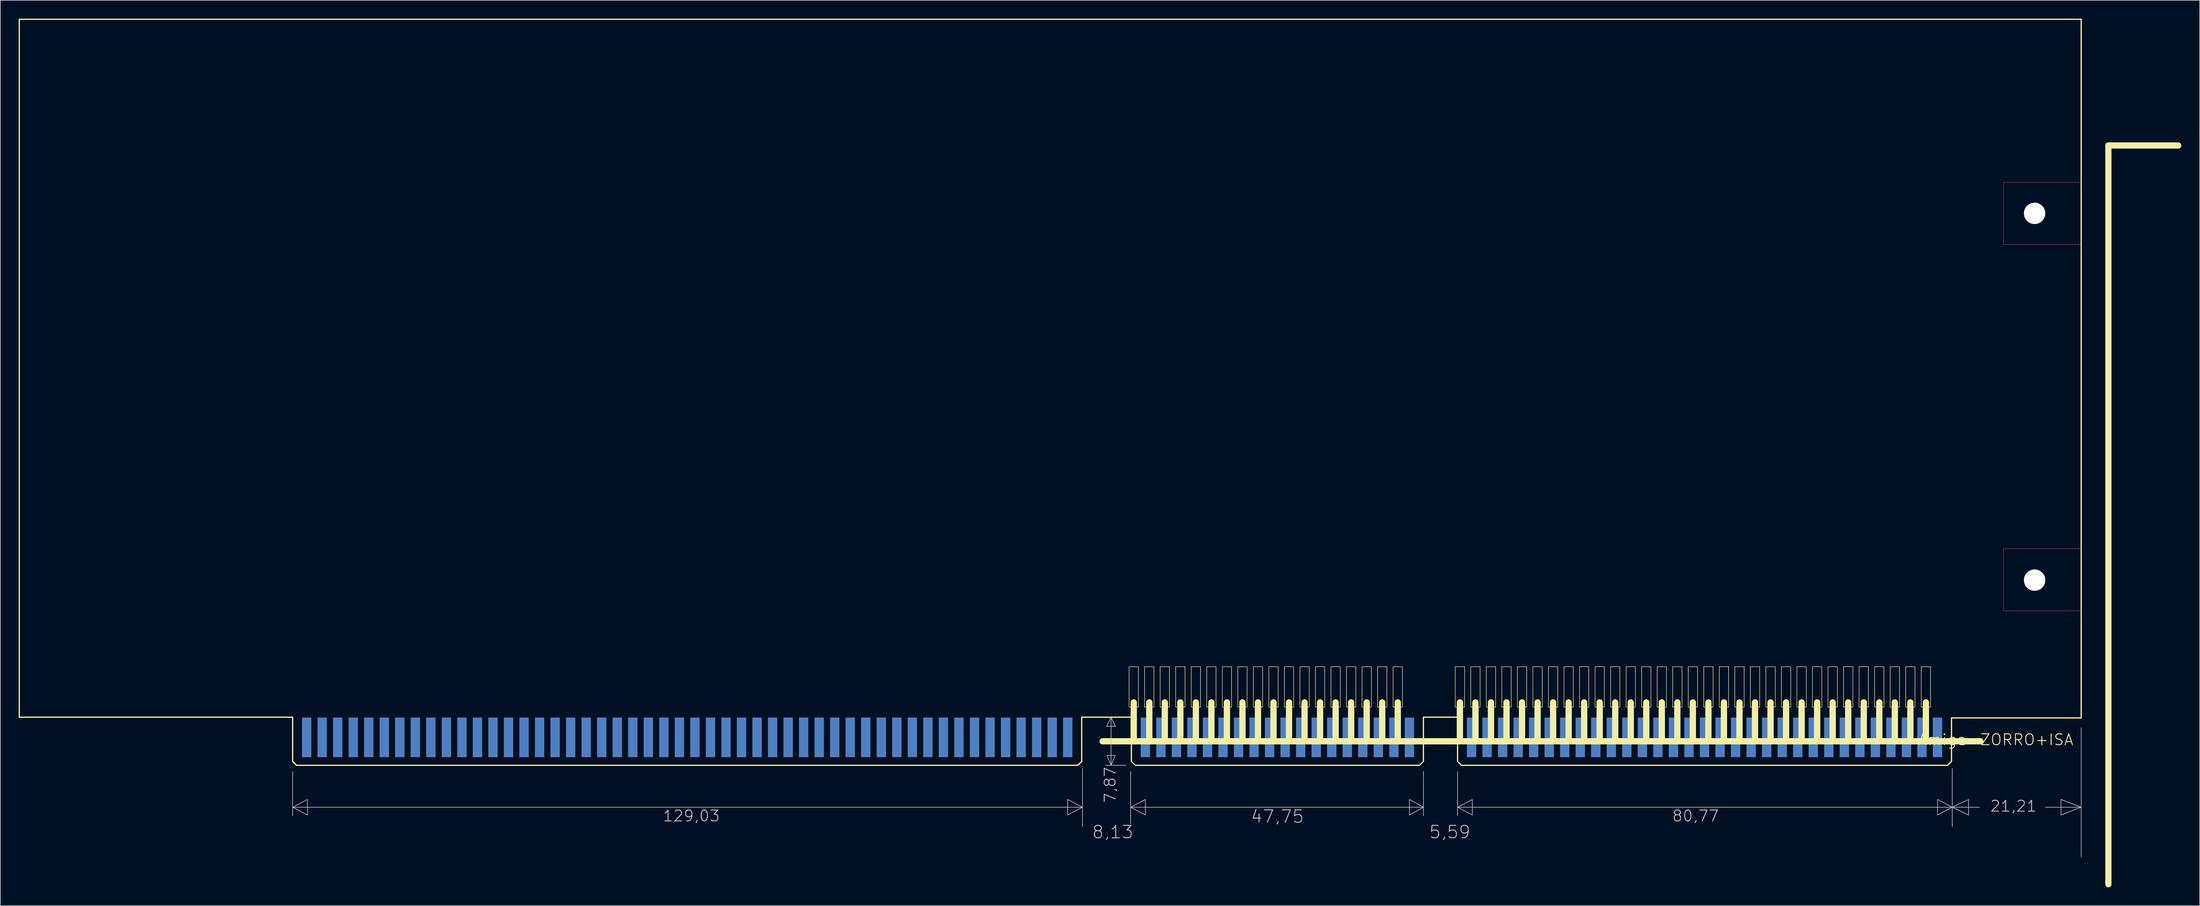
<source format=kicad_pcb>
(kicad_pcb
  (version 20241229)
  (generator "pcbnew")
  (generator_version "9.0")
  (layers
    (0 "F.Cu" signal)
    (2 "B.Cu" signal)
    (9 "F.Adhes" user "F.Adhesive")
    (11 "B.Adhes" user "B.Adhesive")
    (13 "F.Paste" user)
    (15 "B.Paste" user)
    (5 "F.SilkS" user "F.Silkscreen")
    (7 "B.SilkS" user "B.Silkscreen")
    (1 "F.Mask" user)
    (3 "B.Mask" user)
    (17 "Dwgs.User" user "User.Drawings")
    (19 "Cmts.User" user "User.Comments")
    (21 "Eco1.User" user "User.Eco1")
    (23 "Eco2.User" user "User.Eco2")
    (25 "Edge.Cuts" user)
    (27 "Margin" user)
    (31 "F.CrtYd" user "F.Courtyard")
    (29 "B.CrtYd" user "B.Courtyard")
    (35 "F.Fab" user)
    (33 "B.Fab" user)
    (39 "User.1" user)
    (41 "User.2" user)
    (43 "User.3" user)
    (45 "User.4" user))
  (footprint "Amiga-ZORRO+ISA"
    (layer "F.Cu")
    (at 337.287 114.402)
    (property "Reference" "Amiga-ZORRO+ISA" (at -13.97 3.556 0) (layer "F.SilkS") (effects (font (size 1.778 1.778) (thickness 0.152))))
    (attr smd)
    (fp_line (start -12.7 -87.63) (end 0 -87.63) (stroke (width 0.066) (type solid)) (layer "F.Cu"))
    (fp_line (start -12.7 -77.47) (end -12.7 -87.63) (stroke (width 0.066) (type solid)) (layer "F.Cu"))
    (fp_line (start -12.7 -77.47) (end 0 -77.47) (stroke (width 0.066) (type solid)) (layer "F.Cu"))
    (fp_line (start -12.7 -27.686) (end 0 -27.686) (stroke (width 0.066) (type solid)) (layer "F.Cu"))
    (fp_line (start -12.7 -17.523) (end -12.7 -27.686) (stroke (width 0.066) (type solid)) (layer "F.Cu"))
    (fp_line (start -12.7 -17.523) (end 0 -17.523) (stroke (width 0.066) (type solid)) (layer "F.Cu"))
    (fp_line (start 0 -77.47) (end 0 -87.63) (stroke (width 0.066) (type solid)) (layer "F.Cu"))
    (fp_line (start 0 -17.523) (end 0 -27.686) (stroke (width 0.066) (type solid)) (layer "F.Cu"))
    (fp_line (start -337.185 -114.3) (end 0 -114.3) (stroke (width 0.203) (type solid)) (layer "F.SilkS"))
    (fp_line (start -337.185 -0.127) (end -337.185 -114.3) (stroke (width 0.203) (type solid)) (layer "F.SilkS"))
    (fp_line (start -292.481 -0.127) (end -337.185 -0.127) (stroke (width 0.203) (type solid)) (layer "F.SilkS"))
    (fp_line (start -292.481 -0.127) (end -292.481 7.112) (stroke (width 0.203) (type solid)) (layer "F.SilkS"))
    (fp_line (start -291.846 7.747) (end -292.481 7.112) (stroke (width 0.203) (type solid)) (layer "F.SilkS"))
    (fp_line (start -164.084 7.747) (end -291.846 7.747) (stroke (width 0.203) (type solid)) (layer "F.SilkS"))
    (fp_line (start -163.446 -0.127) (end -163.446 7.112) (stroke (width 0.203) (type solid)) (layer "F.SilkS"))
    (fp_line (start -163.446 7.112) (end -164.084 7.747) (stroke (width 0.203) (type solid)) (layer "F.SilkS"))
    (fp_line (start -160.02 3.81) (end -16.51 3.81) (stroke (width 1.016) (type solid)) (layer "F.SilkS"))
    (fp_line (start -160.02 3.81) (end -16.51 3.81) (stroke (width 1.016) (type solid)) (layer "F.SilkS"))
    (fp_line (start -155.702 -8.382) (end -154.178 -8.382) (stroke (width 0.066) (type solid)) (layer "F.SilkS"))
    (fp_line (start -155.702 -8.382) (end -154.178 -8.382) (stroke (width 0.066) (type solid)) (layer "F.SilkS"))
    (fp_line (start -155.702 -1.778) (end -155.702 -8.382) (stroke (width 0.066) (type solid)) (layer "F.SilkS"))
    (fp_line (start -155.702 -1.778) (end -155.702 -8.382) (stroke (width 0.066) (type solid)) (layer "F.SilkS"))
    (fp_line (start -155.702 -1.778) (end -154.178 -1.778) (stroke (width 0.066) (type solid)) (layer "F.SilkS"))
    (fp_line (start -155.702 -1.778) (end -154.178 -1.778) (stroke (width 0.066) (type solid)) (layer "F.SilkS"))
    (fp_line (start -155.321 -0.127) (end -163.446 -0.127) (stroke (width 0.203) (type solid)) (layer "F.SilkS"))
    (fp_line (start -155.321 -0.127) (end -155.321 7.112) (stroke (width 0.203) (type solid)) (layer "F.SilkS"))
    (fp_line (start -154.94 -2.54) (end -154.94 3.81) (stroke (width 1.016) (type solid)) (layer "F.SilkS"))
    (fp_line (start -154.94 -2.54) (end -154.94 3.81) (stroke (width 1.016) (type solid)) (layer "F.SilkS"))
    (fp_line (start -154.686 7.747) (end -155.321 7.112) (stroke (width 0.203) (type solid)) (layer "F.SilkS"))
    (fp_line (start -154.178 -1.778) (end -154.178 -8.382) (stroke (width 0.066) (type solid)) (layer "F.SilkS"))
    (fp_line (start -154.178 -1.778) (end -154.178 -8.382) (stroke (width 0.066) (type solid)) (layer "F.SilkS"))
    (fp_line (start -153.162 -8.382) (end -151.638 -8.382) (stroke (width 0.066) (type solid)) (layer "F.SilkS"))
    (fp_line (start -153.162 -8.382) (end -151.638 -8.382) (stroke (width 0.066) (type solid)) (layer "F.SilkS"))
    (fp_line (start -153.162 -1.778) (end -153.162 -8.382) (stroke (width 0.066) (type solid)) (layer "F.SilkS"))
    (fp_line (start -153.162 -1.778) (end -153.162 -8.382) (stroke (width 0.066) (type solid)) (layer "F.SilkS"))
    (fp_line (start -153.162 -1.778) (end -151.638 -1.778) (stroke (width 0.066) (type solid)) (layer "F.SilkS"))
    (fp_line (start -153.162 -1.778) (end -151.638 -1.778) (stroke (width 0.066) (type solid)) (layer "F.SilkS"))
    (fp_line (start -152.4 -2.54) (end -152.4 3.81) (stroke (width 1.016) (type solid)) (layer "F.SilkS"))
    (fp_line (start -152.4 -2.54) (end -152.4 3.81) (stroke (width 1.016) (type solid)) (layer "F.SilkS"))
    (fp_line (start -151.638 -1.778) (end -151.638 -8.382) (stroke (width 0.066) (type solid)) (layer "F.SilkS"))
    (fp_line (start -151.638 -1.778) (end -151.638 -8.382) (stroke (width 0.066) (type solid)) (layer "F.SilkS"))
    (fp_line (start -150.622 -8.382) (end -149.098 -8.382) (stroke (width 0.066) (type solid)) (layer "F.SilkS"))
    (fp_line (start -150.622 -8.382) (end -149.098 -8.382) (stroke (width 0.066) (type solid)) (layer "F.SilkS"))
    (fp_line (start -150.622 -1.778) (end -150.622 -8.382) (stroke (width 0.066) (type solid)) (layer "F.SilkS"))
    (fp_line (start -150.622 -1.778) (end -150.622 -8.382) (stroke (width 0.066) (type solid)) (layer "F.SilkS"))
    (fp_line (start -150.622 -1.778) (end -149.098 -1.778) (stroke (width 0.066) (type solid)) (layer "F.SilkS"))
    (fp_line (start -150.622 -1.778) (end -149.098 -1.778) (stroke (width 0.066) (type solid)) (layer "F.SilkS"))
    (fp_line (start -149.86 -2.54) (end -149.86 3.81) (stroke (width 1.016) (type solid)) (layer "F.SilkS"))
    (fp_line (start -149.86 -2.54) (end -149.86 3.81) (stroke (width 1.016) (type solid)) (layer "F.SilkS"))
    (fp_line (start -149.098 -1.778) (end -149.098 -8.382) (stroke (width 0.066) (type solid)) (layer "F.SilkS"))
    (fp_line (start -149.098 -1.778) (end -149.098 -8.382) (stroke (width 0.066) (type solid)) (layer "F.SilkS"))
    (fp_line (start -148.082 -8.382) (end -146.555 -8.382) (stroke (width 0.066) (type solid)) (layer "F.SilkS"))
    (fp_line (start -148.082 -8.382) (end -146.555 -8.382) (stroke (width 0.066) (type solid)) (layer "F.SilkS"))
    (fp_line (start -148.082 -1.778) (end -148.082 -8.382) (stroke (width 0.066) (type solid)) (layer "F.SilkS"))
    (fp_line (start -148.082 -1.778) (end -148.082 -8.382) (stroke (width 0.066) (type solid)) (layer "F.SilkS"))
    (fp_line (start -148.082 -1.778) (end -146.555 -1.778) (stroke (width 0.066) (type solid)) (layer "F.SilkS"))
    (fp_line (start -148.082 -1.778) (end -146.555 -1.778) (stroke (width 0.066) (type solid)) (layer "F.SilkS"))
    (fp_line (start -147.32 -2.54) (end -147.32 3.81) (stroke (width 1.016) (type solid)) (layer "F.SilkS"))
    (fp_line (start -147.32 -2.54) (end -147.32 3.81) (stroke (width 1.016) (type solid)) (layer "F.SilkS"))
    (fp_line (start -146.555 -1.778) (end -146.555 -8.382) (stroke (width 0.066) (type solid)) (layer "F.SilkS"))
    (fp_line (start -146.555 -1.778) (end -146.555 -8.382) (stroke (width 0.066) (type solid)) (layer "F.SilkS"))
    (fp_line (start -145.542 -8.382) (end -144.018 -8.382) (stroke (width 0.066) (type solid)) (layer "F.SilkS"))
    (fp_line (start -145.542 -8.382) (end -144.018 -8.382) (stroke (width 0.066) (type solid)) (layer "F.SilkS"))
    (fp_line (start -145.542 -1.778) (end -145.542 -8.382) (stroke (width 0.066) (type solid)) (layer "F.SilkS"))
    (fp_line (start -145.542 -1.778) (end -145.542 -8.382) (stroke (width 0.066) (type solid)) (layer "F.SilkS"))
    (fp_line (start -145.542 -1.778) (end -144.018 -1.778) (stroke (width 0.066) (type solid)) (layer "F.SilkS"))
    (fp_line (start -145.542 -1.778) (end -144.018 -1.778) (stroke (width 0.066) (type solid)) (layer "F.SilkS"))
    (fp_line (start -144.78 -2.54) (end -144.78 3.81) (stroke (width 1.016) (type solid)) (layer "F.SilkS"))
    (fp_line (start -144.78 -2.54) (end -144.78 3.81) (stroke (width 1.016) (type solid)) (layer "F.SilkS"))
    (fp_line (start -144.018 -1.778) (end -144.018 -8.382) (stroke (width 0.066) (type solid)) (layer "F.SilkS"))
    (fp_line (start -144.018 -1.778) (end -144.018 -8.382) (stroke (width 0.066) (type solid)) (layer "F.SilkS"))
    (fp_line (start -143.002 -8.382) (end -141.478 -8.382) (stroke (width 0.066) (type solid)) (layer "F.SilkS"))
    (fp_line (start -143.002 -8.382) (end -141.478 -8.382) (stroke (width 0.066) (type solid)) (layer "F.SilkS"))
    (fp_line (start -143.002 -1.778) (end -143.002 -8.382) (stroke (width 0.066) (type solid)) (layer "F.SilkS"))
    (fp_line (start -143.002 -1.778) (end -143.002 -8.382) (stroke (width 0.066) (type solid)) (layer "F.SilkS"))
    (fp_line (start -143.002 -1.778) (end -141.478 -1.778) (stroke (width 0.066) (type solid)) (layer "F.SilkS"))
    (fp_line (start -143.002 -1.778) (end -141.478 -1.778) (stroke (width 0.066) (type solid)) (layer "F.SilkS"))
    (fp_line (start -142.24 -2.54) (end -142.24 3.81) (stroke (width 1.016) (type solid)) (layer "F.SilkS"))
    (fp_line (start -142.24 -2.54) (end -142.24 3.81) (stroke (width 1.016) (type solid)) (layer "F.SilkS"))
    (fp_line (start -141.478 -1.778) (end -141.478 -8.382) (stroke (width 0.066) (type solid)) (layer "F.SilkS"))
    (fp_line (start -141.478 -1.778) (end -141.478 -8.382) (stroke (width 0.066) (type solid)) (layer "F.SilkS"))
    (fp_line (start -140.462 -8.382) (end -138.938 -8.382) (stroke (width 0.066) (type solid)) (layer "F.SilkS"))
    (fp_line (start -140.462 -8.382) (end -138.938 -8.382) (stroke (width 0.066) (type solid)) (layer "F.SilkS"))
    (fp_line (start -140.462 -1.778) (end -140.462 -8.382) (stroke (width 0.066) (type solid)) (layer "F.SilkS"))
    (fp_line (start -140.462 -1.778) (end -140.462 -8.382) (stroke (width 0.066) (type solid)) (layer "F.SilkS"))
    (fp_line (start -140.462 -1.778) (end -138.938 -1.778) (stroke (width 0.066) (type solid)) (layer "F.SilkS"))
    (fp_line (start -140.462 -1.778) (end -138.938 -1.778) (stroke (width 0.066) (type solid)) (layer "F.SilkS"))
    (fp_line (start -139.7 -2.54) (end -139.7 3.81) (stroke (width 1.016) (type solid)) (layer "F.SilkS"))
    (fp_line (start -139.7 -2.54) (end -139.7 3.81) (stroke (width 1.016) (type solid)) (layer "F.SilkS"))
    (fp_line (start -138.938 -1.778) (end -138.938 -8.382) (stroke (width 0.066) (type solid)) (layer "F.SilkS"))
    (fp_line (start -138.938 -1.778) (end -138.938 -8.382) (stroke (width 0.066) (type solid)) (layer "F.SilkS"))
    (fp_line (start -137.922 -8.382) (end -136.398 -8.382) (stroke (width 0.066) (type solid)) (layer "F.SilkS"))
    (fp_line (start -137.922 -8.382) (end -136.398 -8.382) (stroke (width 0.066) (type solid)) (layer "F.SilkS"))
    (fp_line (start -137.922 -1.778) (end -137.922 -8.382) (stroke (width 0.066) (type solid)) (layer "F.SilkS"))
    (fp_line (start -137.922 -1.778) (end -137.922 -8.382) (stroke (width 0.066) (type solid)) (layer "F.SilkS"))
    (fp_line (start -137.922 -1.778) (end -136.398 -1.778) (stroke (width 0.066) (type solid)) (layer "F.SilkS"))
    (fp_line (start -137.922 -1.778) (end -136.398 -1.778) (stroke (width 0.066) (type solid)) (layer "F.SilkS"))
    (fp_line (start -137.16 -2.54) (end -137.16 3.81) (stroke (width 1.016) (type solid)) (layer "F.SilkS"))
    (fp_line (start -137.16 -2.54) (end -137.16 3.81) (stroke (width 1.016) (type solid)) (layer "F.SilkS"))
    (fp_line (start -136.398 -1.778) (end -136.398 -8.382) (stroke (width 0.066) (type solid)) (layer "F.SilkS"))
    (fp_line (start -136.398 -1.778) (end -136.398 -8.382) (stroke (width 0.066) (type solid)) (layer "F.SilkS"))
    (fp_line (start -135.382 -8.382) (end -133.855 -8.382) (stroke (width 0.066) (type solid)) (layer "F.SilkS"))
    (fp_line (start -135.382 -8.382) (end -133.855 -8.382) (stroke (width 0.066) (type solid)) (layer "F.SilkS"))
    (fp_line (start -135.382 -1.778) (end -135.382 -8.382) (stroke (width 0.066) (type solid)) (layer "F.SilkS"))
    (fp_line (start -135.382 -1.778) (end -135.382 -8.382) (stroke (width 0.066) (type solid)) (layer "F.SilkS"))
    (fp_line (start -135.382 -1.778) (end -133.855 -1.778) (stroke (width 0.066) (type solid)) (layer "F.SilkS"))
    (fp_line (start -135.382 -1.778) (end -133.855 -1.778) (stroke (width 0.066) (type solid)) (layer "F.SilkS"))
    (fp_line (start -134.62 -2.54) (end -134.62 3.81) (stroke (width 1.016) (type solid)) (layer "F.SilkS"))
    (fp_line (start -134.62 -2.54) (end -134.62 3.81) (stroke (width 1.016) (type solid)) (layer "F.SilkS"))
    (fp_line (start -133.855 -1.778) (end -133.855 -8.382) (stroke (width 0.066) (type solid)) (layer "F.SilkS"))
    (fp_line (start -133.855 -1.778) (end -133.855 -8.382) (stroke (width 0.066) (type solid)) (layer "F.SilkS"))
    (fp_line (start -132.842 -8.382) (end -131.318 -8.382) (stroke (width 0.066) (type solid)) (layer "F.SilkS"))
    (fp_line (start -132.842 -8.382) (end -131.318 -8.382) (stroke (width 0.066) (type solid)) (layer "F.SilkS"))
    (fp_line (start -132.842 -1.778) (end -132.842 -8.382) (stroke (width 0.066) (type solid)) (layer "F.SilkS"))
    (fp_line (start -132.842 -1.778) (end -132.842 -8.382) (stroke (width 0.066) (type solid)) (layer "F.SilkS"))
    (fp_line (start -132.842 -1.778) (end -131.318 -1.778) (stroke (width 0.066) (type solid)) (layer "F.SilkS"))
    (fp_line (start -132.842 -1.778) (end -131.318 -1.778) (stroke (width 0.066) (type solid)) (layer "F.SilkS"))
    (fp_line (start -132.08 -2.54) (end -132.08 3.81) (stroke (width 1.016) (type solid)) (layer "F.SilkS"))
    (fp_line (start -132.08 -2.54) (end -132.08 3.81) (stroke (width 1.016) (type solid)) (layer "F.SilkS"))
    (fp_line (start -131.318 -1.778) (end -131.318 -8.382) (stroke (width 0.066) (type solid)) (layer "F.SilkS"))
    (fp_line (start -131.318 -1.778) (end -131.318 -8.382) (stroke (width 0.066) (type solid)) (layer "F.SilkS"))
    (fp_line (start -130.302 -8.382) (end -128.778 -8.382) (stroke (width 0.066) (type solid)) (layer "F.SilkS"))
    (fp_line (start -130.302 -8.382) (end -128.778 -8.382) (stroke (width 0.066) (type solid)) (layer "F.SilkS"))
    (fp_line (start -130.302 -1.778) (end -130.302 -8.382) (stroke (width 0.066) (type solid)) (layer "F.SilkS"))
    (fp_line (start -130.302 -1.778) (end -130.302 -8.382) (stroke (width 0.066) (type solid)) (layer "F.SilkS"))
    (fp_line (start -130.302 -1.778) (end -128.778 -1.778) (stroke (width 0.066) (type solid)) (layer "F.SilkS"))
    (fp_line (start -130.302 -1.778) (end -128.778 -1.778) (stroke (width 0.066) (type solid)) (layer "F.SilkS"))
    (fp_line (start -129.54 -2.54) (end -129.54 3.81) (stroke (width 1.016) (type solid)) (layer "F.SilkS"))
    (fp_line (start -129.54 -2.54) (end -129.54 3.81) (stroke (width 1.016) (type solid)) (layer "F.SilkS"))
    (fp_line (start -128.778 -1.778) (end -128.778 -8.382) (stroke (width 0.066) (type solid)) (layer "F.SilkS"))
    (fp_line (start -128.778 -1.778) (end -128.778 -8.382) (stroke (width 0.066) (type solid)) (layer "F.SilkS"))
    (fp_line (start -127.762 -8.382) (end -126.238 -8.382) (stroke (width 0.066) (type solid)) (layer "F.SilkS"))
    (fp_line (start -127.762 -8.382) (end -126.238 -8.382) (stroke (width 0.066) (type solid)) (layer "F.SilkS"))
    (fp_line (start -127.762 -1.778) (end -127.762 -8.382) (stroke (width 0.066) (type solid)) (layer "F.SilkS"))
    (fp_line (start -127.762 -1.778) (end -127.762 -8.382) (stroke (width 0.066) (type solid)) (layer "F.SilkS"))
    (fp_line (start -127.762 -1.778) (end -126.238 -1.778) (stroke (width 0.066) (type solid)) (layer "F.SilkS"))
    (fp_line (start -127.762 -1.778) (end -126.238 -1.778) (stroke (width 0.066) (type solid)) (layer "F.SilkS"))
    (fp_line (start -127 -2.54) (end -127 3.81) (stroke (width 1.016) (type solid)) (layer "F.SilkS"))
    (fp_line (start -127 -2.54) (end -127 3.81) (stroke (width 1.016) (type solid)) (layer "F.SilkS"))
    (fp_line (start -126.238 -1.778) (end -126.238 -8.382) (stroke (width 0.066) (type solid)) (layer "F.SilkS"))
    (fp_line (start -126.238 -1.778) (end -126.238 -8.382) (stroke (width 0.066) (type solid)) (layer "F.SilkS"))
    (fp_line (start -125.222 -8.382) (end -123.698 -8.382) (stroke (width 0.066) (type solid)) (layer "F.SilkS"))
    (fp_line (start -125.222 -8.382) (end -123.698 -8.382) (stroke (width 0.066) (type solid)) (layer "F.SilkS"))
    (fp_line (start -125.222 -1.778) (end -125.222 -8.382) (stroke (width 0.066) (type solid)) (layer "F.SilkS"))
    (fp_line (start -125.222 -1.778) (end -125.222 -8.382) (stroke (width 0.066) (type solid)) (layer "F.SilkS"))
    (fp_line (start -125.222 -1.778) (end -123.698 -1.778) (stroke (width 0.066) (type solid)) (layer "F.SilkS"))
    (fp_line (start -125.222 -1.778) (end -123.698 -1.778) (stroke (width 0.066) (type solid)) (layer "F.SilkS"))
    (fp_line (start -124.46 -2.54) (end -124.46 3.81) (stroke (width 1.016) (type solid)) (layer "F.SilkS"))
    (fp_line (start -124.46 -2.54) (end -124.46 3.81) (stroke (width 1.016) (type solid)) (layer "F.SilkS"))
    (fp_line (start -123.698 -1.778) (end -123.698 -8.382) (stroke (width 0.066) (type solid)) (layer "F.SilkS"))
    (fp_line (start -123.698 -1.778) (end -123.698 -8.382) (stroke (width 0.066) (type solid)) (layer "F.SilkS"))
    (fp_line (start -122.682 -8.382) (end -121.155 -8.382) (stroke (width 0.066) (type solid)) (layer "F.SilkS"))
    (fp_line (start -122.682 -8.382) (end -121.155 -8.382) (stroke (width 0.066) (type solid)) (layer "F.SilkS"))
    (fp_line (start -122.682 -1.778) (end -122.682 -8.382) (stroke (width 0.066) (type solid)) (layer "F.SilkS"))
    (fp_line (start -122.682 -1.778) (end -122.682 -8.382) (stroke (width 0.066) (type solid)) (layer "F.SilkS"))
    (fp_line (start -122.682 -1.778) (end -121.155 -1.778) (stroke (width 0.066) (type solid)) (layer "F.SilkS"))
    (fp_line (start -122.682 -1.778) (end -121.155 -1.778) (stroke (width 0.066) (type solid)) (layer "F.SilkS"))
    (fp_line (start -121.92 -2.54) (end -121.92 3.81) (stroke (width 1.016) (type solid)) (layer "F.SilkS"))
    (fp_line (start -121.92 -2.54) (end -121.92 3.81) (stroke (width 1.016) (type solid)) (layer "F.SilkS"))
    (fp_line (start -121.155 -1.778) (end -121.155 -8.382) (stroke (width 0.066) (type solid)) (layer "F.SilkS"))
    (fp_line (start -121.155 -1.778) (end -121.155 -8.382) (stroke (width 0.066) (type solid)) (layer "F.SilkS"))
    (fp_line (start -120.142 -8.382) (end -118.618 -8.382) (stroke (width 0.066) (type solid)) (layer "F.SilkS"))
    (fp_line (start -120.142 -8.382) (end -118.618 -8.382) (stroke (width 0.066) (type solid)) (layer "F.SilkS"))
    (fp_line (start -120.142 -1.778) (end -120.142 -8.382) (stroke (width 0.066) (type solid)) (layer "F.SilkS"))
    (fp_line (start -120.142 -1.778) (end -120.142 -8.382) (stroke (width 0.066) (type solid)) (layer "F.SilkS"))
    (fp_line (start -120.142 -1.778) (end -118.618 -1.778) (stroke (width 0.066) (type solid)) (layer "F.SilkS"))
    (fp_line (start -120.142 -1.778) (end -118.618 -1.778) (stroke (width 0.066) (type solid)) (layer "F.SilkS"))
    (fp_line (start -119.38 -2.54) (end -119.38 3.81) (stroke (width 1.016) (type solid)) (layer "F.SilkS"))
    (fp_line (start -119.38 -2.54) (end -119.38 3.81) (stroke (width 1.016) (type solid)) (layer "F.SilkS"))
    (fp_line (start -118.618 -1.778) (end -118.618 -8.382) (stroke (width 0.066) (type solid)) (layer "F.SilkS"))
    (fp_line (start -118.618 -1.778) (end -118.618 -8.382) (stroke (width 0.066) (type solid)) (layer "F.SilkS"))
    (fp_line (start -117.602 -8.382) (end -116.078 -8.382) (stroke (width 0.066) (type solid)) (layer "F.SilkS"))
    (fp_line (start -117.602 -8.382) (end -116.078 -8.382) (stroke (width 0.066) (type solid)) (layer "F.SilkS"))
    (fp_line (start -117.602 -1.778) (end -117.602 -8.382) (stroke (width 0.066) (type solid)) (layer "F.SilkS"))
    (fp_line (start -117.602 -1.778) (end -117.602 -8.382) (stroke (width 0.066) (type solid)) (layer "F.SilkS"))
    (fp_line (start -117.602 -1.778) (end -116.078 -1.778) (stroke (width 0.066) (type solid)) (layer "F.SilkS"))
    (fp_line (start -117.602 -1.778) (end -116.078 -1.778) (stroke (width 0.066) (type solid)) (layer "F.SilkS"))
    (fp_line (start -116.84 -2.54) (end -116.84 3.81) (stroke (width 1.016) (type solid)) (layer "F.SilkS"))
    (fp_line (start -116.84 -2.54) (end -116.84 3.81) (stroke (width 1.016) (type solid)) (layer "F.SilkS"))
    (fp_line (start -116.078 -1.778) (end -116.078 -8.382) (stroke (width 0.066) (type solid)) (layer "F.SilkS"))
    (fp_line (start -116.078 -1.778) (end -116.078 -8.382) (stroke (width 0.066) (type solid)) (layer "F.SilkS"))
    (fp_line (start -115.062 -8.382) (end -113.538 -8.382) (stroke (width 0.066) (type solid)) (layer "F.SilkS"))
    (fp_line (start -115.062 -8.382) (end -113.538 -8.382) (stroke (width 0.066) (type solid)) (layer "F.SilkS"))
    (fp_line (start -115.062 -1.778) (end -115.062 -8.382) (stroke (width 0.066) (type solid)) (layer "F.SilkS"))
    (fp_line (start -115.062 -1.778) (end -115.062 -8.382) (stroke (width 0.066) (type solid)) (layer "F.SilkS"))
    (fp_line (start -115.062 -1.778) (end -113.538 -1.778) (stroke (width 0.066) (type solid)) (layer "F.SilkS"))
    (fp_line (start -115.062 -1.778) (end -113.538 -1.778) (stroke (width 0.066) (type solid)) (layer "F.SilkS"))
    (fp_line (start -114.3 -2.54) (end -114.3 3.81) (stroke (width 1.016) (type solid)) (layer "F.SilkS"))
    (fp_line (start -114.3 -2.54) (end -114.3 3.81) (stroke (width 1.016) (type solid)) (layer "F.SilkS"))
    (fp_line (start -113.538 -1.778) (end -113.538 -8.382) (stroke (width 0.066) (type solid)) (layer "F.SilkS"))
    (fp_line (start -113.538 -1.778) (end -113.538 -8.382) (stroke (width 0.066) (type solid)) (layer "F.SilkS"))
    (fp_line (start -112.522 -8.382) (end -110.998 -8.382) (stroke (width 0.066) (type solid)) (layer "F.SilkS"))
    (fp_line (start -112.522 -8.382) (end -110.998 -8.382) (stroke (width 0.066) (type solid)) (layer "F.SilkS"))
    (fp_line (start -112.522 -1.778) (end -112.522 -8.382) (stroke (width 0.066) (type solid)) (layer "F.SilkS"))
    (fp_line (start -112.522 -1.778) (end -112.522 -8.382) (stroke (width 0.066) (type solid)) (layer "F.SilkS"))
    (fp_line (start -112.522 -1.778) (end -110.998 -1.778) (stroke (width 0.066) (type solid)) (layer "F.SilkS"))
    (fp_line (start -112.522 -1.778) (end -110.998 -1.778) (stroke (width 0.066) (type solid)) (layer "F.SilkS"))
    (fp_line (start -111.76 -2.54) (end -111.76 3.81) (stroke (width 1.016) (type solid)) (layer "F.SilkS"))
    (fp_line (start -111.76 -2.54) (end -111.76 3.81) (stroke (width 1.016) (type solid)) (layer "F.SilkS"))
    (fp_line (start -110.998 -1.778) (end -110.998 -8.382) (stroke (width 0.066) (type solid)) (layer "F.SilkS"))
    (fp_line (start -110.998 -1.778) (end -110.998 -8.382) (stroke (width 0.066) (type solid)) (layer "F.SilkS"))
    (fp_line (start -108.204 7.747) (end -154.686 7.747) (stroke (width 0.203) (type solid)) (layer "F.SilkS"))
    (fp_line (start -107.569 -0.127) (end -107.569 7.112) (stroke (width 0.203) (type solid)) (layer "F.SilkS"))
    (fp_line (start -107.569 7.112) (end -108.204 7.747) (stroke (width 0.203) (type solid)) (layer "F.SilkS"))
    (fp_line (start -102.362 -8.382) (end -100.838 -8.382) (stroke (width 0.066) (type solid)) (layer "F.SilkS"))
    (fp_line (start -102.362 -8.382) (end -100.838 -8.382) (stroke (width 0.066) (type solid)) (layer "F.SilkS"))
    (fp_line (start -102.362 -1.778) (end -102.362 -8.382) (stroke (width 0.066) (type solid)) (layer "F.SilkS"))
    (fp_line (start -102.362 -1.778) (end -102.362 -8.382) (stroke (width 0.066) (type solid)) (layer "F.SilkS"))
    (fp_line (start -102.362 -1.778) (end -100.838 -1.778) (stroke (width 0.066) (type solid)) (layer "F.SilkS"))
    (fp_line (start -102.362 -1.778) (end -100.838 -1.778) (stroke (width 0.066) (type solid)) (layer "F.SilkS"))
    (fp_line (start -101.981 -0.127) (end -107.569 -0.127) (stroke (width 0.203) (type solid)) (layer "F.SilkS"))
    (fp_line (start -101.981 -0.127) (end -101.981 7.112) (stroke (width 0.203) (type solid)) (layer "F.SilkS"))
    (fp_line (start -101.6 -2.54) (end -101.6 3.81) (stroke (width 1.016) (type solid)) (layer "F.SilkS"))
    (fp_line (start -101.6 -2.54) (end -101.6 3.81) (stroke (width 1.016) (type solid)) (layer "F.SilkS"))
    (fp_line (start -101.346 7.747) (end -101.981 7.112) (stroke (width 0.203) (type solid)) (layer "F.SilkS"))
    (fp_line (start -100.838 -1.778) (end -100.838 -8.382) (stroke (width 0.066) (type solid)) (layer "F.SilkS"))
    (fp_line (start -100.838 -1.778) (end -100.838 -8.382) (stroke (width 0.066) (type solid)) (layer "F.SilkS"))
    (fp_line (start -99.822 -8.382) (end -98.298 -8.382) (stroke (width 0.066) (type solid)) (layer "F.SilkS"))
    (fp_line (start -99.822 -8.382) (end -98.298 -8.382) (stroke (width 0.066) (type solid)) (layer "F.SilkS"))
    (fp_line (start -99.822 -1.778) (end -99.822 -8.382) (stroke (width 0.066) (type solid)) (layer "F.SilkS"))
    (fp_line (start -99.822 -1.778) (end -99.822 -8.382) (stroke (width 0.066) (type solid)) (layer "F.SilkS"))
    (fp_line (start -99.822 -1.778) (end -98.298 -1.778) (stroke (width 0.066) (type solid)) (layer "F.SilkS"))
    (fp_line (start -99.822 -1.778) (end -98.298 -1.778) (stroke (width 0.066) (type solid)) (layer "F.SilkS"))
    (fp_line (start -99.06 -2.54) (end -99.06 3.81) (stroke (width 1.016) (type solid)) (layer "F.SilkS"))
    (fp_line (start -99.06 -2.54) (end -99.06 3.81) (stroke (width 1.016) (type solid)) (layer "F.SilkS"))
    (fp_line (start -98.298 -1.778) (end -98.298 -8.382) (stroke (width 0.066) (type solid)) (layer "F.SilkS"))
    (fp_line (start -98.298 -1.778) (end -98.298 -8.382) (stroke (width 0.066) (type solid)) (layer "F.SilkS"))
    (fp_line (start -97.282 -8.382) (end -95.758 -8.382) (stroke (width 0.066) (type solid)) (layer "F.SilkS"))
    (fp_line (start -97.282 -8.382) (end -95.758 -8.382) (stroke (width 0.066) (type solid)) (layer "F.SilkS"))
    (fp_line (start -97.282 -1.778) (end -97.282 -8.382) (stroke (width 0.066) (type solid)) (layer "F.SilkS"))
    (fp_line (start -97.282 -1.778) (end -97.282 -8.382) (stroke (width 0.066) (type solid)) (layer "F.SilkS"))
    (fp_line (start -97.282 -1.778) (end -95.758 -1.778) (stroke (width 0.066) (type solid)) (layer "F.SilkS"))
    (fp_line (start -97.282 -1.778) (end -95.758 -1.778) (stroke (width 0.066) (type solid)) (layer "F.SilkS"))
    (fp_line (start -96.52 -2.54) (end -96.52 3.81) (stroke (width 1.016) (type solid)) (layer "F.SilkS"))
    (fp_line (start -96.52 -2.54) (end -96.52 3.81) (stroke (width 1.016) (type solid)) (layer "F.SilkS"))
    (fp_line (start -95.758 -1.778) (end -95.758 -8.382) (stroke (width 0.066) (type solid)) (layer "F.SilkS"))
    (fp_line (start -95.758 -1.778) (end -95.758 -8.382) (stroke (width 0.066) (type solid)) (layer "F.SilkS"))
    (fp_line (start -94.742 -8.382) (end -93.218 -8.382) (stroke (width 0.066) (type solid)) (layer "F.SilkS"))
    (fp_line (start -94.742 -8.382) (end -93.218 -8.382) (stroke (width 0.066) (type solid)) (layer "F.SilkS"))
    (fp_line (start -94.742 -1.778) (end -94.742 -8.382) (stroke (width 0.066) (type solid)) (layer "F.SilkS"))
    (fp_line (start -94.742 -1.778) (end -94.742 -8.382) (stroke (width 0.066) (type solid)) (layer "F.SilkS"))
    (fp_line (start -94.742 -1.778) (end -93.218 -1.778) (stroke (width 0.066) (type solid)) (layer "F.SilkS"))
    (fp_line (start -94.742 -1.778) (end -93.218 -1.778) (stroke (width 0.066) (type solid)) (layer "F.SilkS"))
    (fp_line (start -93.98 -2.54) (end -93.98 3.81) (stroke (width 1.016) (type solid)) (layer "F.SilkS"))
    (fp_line (start -93.98 -2.54) (end -93.98 3.81) (stroke (width 1.016) (type solid)) (layer "F.SilkS"))
    (fp_line (start -93.218 -1.778) (end -93.218 -8.382) (stroke (width 0.066) (type solid)) (layer "F.SilkS"))
    (fp_line (start -93.218 -1.778) (end -93.218 -8.382) (stroke (width 0.066) (type solid)) (layer "F.SilkS"))
    (fp_line (start -92.202 -8.382) (end -90.678 -8.382) (stroke (width 0.066) (type solid)) (layer "F.SilkS"))
    (fp_line (start -92.202 -8.382) (end -90.678 -8.382) (stroke (width 0.066) (type solid)) (layer "F.SilkS"))
    (fp_line (start -92.202 -1.778) (end -92.202 -8.382) (stroke (width 0.066) (type solid)) (layer "F.SilkS"))
    (fp_line (start -92.202 -1.778) (end -92.202 -8.382) (stroke (width 0.066) (type solid)) (layer "F.SilkS"))
    (fp_line (start -92.202 -1.778) (end -90.678 -1.778) (stroke (width 0.066) (type solid)) (layer "F.SilkS"))
    (fp_line (start -92.202 -1.778) (end -90.678 -1.778) (stroke (width 0.066) (type solid)) (layer "F.SilkS"))
    (fp_line (start -91.44 -2.54) (end -91.44 3.81) (stroke (width 1.016) (type solid)) (layer "F.SilkS"))
    (fp_line (start -91.44 -2.54) (end -91.44 3.81) (stroke (width 1.016) (type solid)) (layer "F.SilkS"))
    (fp_line (start -90.678 -1.778) (end -90.678 -8.382) (stroke (width 0.066) (type solid)) (layer "F.SilkS"))
    (fp_line (start -90.678 -1.778) (end -90.678 -8.382) (stroke (width 0.066) (type solid)) (layer "F.SilkS"))
    (fp_line (start -89.662 -8.382) (end -88.138 -8.382) (stroke (width 0.066) (type solid)) (layer "F.SilkS"))
    (fp_line (start -89.662 -8.382) (end -88.138 -8.382) (stroke (width 0.066) (type solid)) (layer "F.SilkS"))
    (fp_line (start -89.662 -1.778) (end -89.662 -8.382) (stroke (width 0.066) (type solid)) (layer "F.SilkS"))
    (fp_line (start -89.662 -1.778) (end -89.662 -8.382) (stroke (width 0.066) (type solid)) (layer "F.SilkS"))
    (fp_line (start -89.662 -1.778) (end -88.138 -1.778) (stroke (width 0.066) (type solid)) (layer "F.SilkS"))
    (fp_line (start -89.662 -1.778) (end -88.138 -1.778) (stroke (width 0.066) (type solid)) (layer "F.SilkS"))
    (fp_line (start -88.9 -2.54) (end -88.9 3.81) (stroke (width 1.016) (type solid)) (layer "F.SilkS"))
    (fp_line (start -88.9 -2.54) (end -88.9 3.81) (stroke (width 1.016) (type solid)) (layer "F.SilkS"))
    (fp_line (start -88.138 -1.778) (end -88.138 -8.382) (stroke (width 0.066) (type solid)) (layer "F.SilkS"))
    (fp_line (start -88.138 -1.778) (end -88.138 -8.382) (stroke (width 0.066) (type solid)) (layer "F.SilkS"))
    (fp_line (start -87.122 -8.382) (end -85.598 -8.382) (stroke (width 0.066) (type solid)) (layer "F.SilkS"))
    (fp_line (start -87.122 -8.382) (end -85.598 -8.382) (stroke (width 0.066) (type solid)) (layer "F.SilkS"))
    (fp_line (start -87.122 -1.778) (end -87.122 -8.382) (stroke (width 0.066) (type solid)) (layer "F.SilkS"))
    (fp_line (start -87.122 -1.778) (end -87.122 -8.382) (stroke (width 0.066) (type solid)) (layer "F.SilkS"))
    (fp_line (start -87.122 -1.778) (end -85.598 -1.778) (stroke (width 0.066) (type solid)) (layer "F.SilkS"))
    (fp_line (start -87.122 -1.778) (end -85.598 -1.778) (stroke (width 0.066) (type solid)) (layer "F.SilkS"))
    (fp_line (start -86.36 -2.54) (end -86.36 3.81) (stroke (width 1.016) (type solid)) (layer "F.SilkS"))
    (fp_line (start -86.36 -2.54) (end -86.36 3.81) (stroke (width 1.016) (type solid)) (layer "F.SilkS"))
    (fp_line (start -85.598 -1.778) (end -85.598 -8.382) (stroke (width 0.066) (type solid)) (layer "F.SilkS"))
    (fp_line (start -85.598 -1.778) (end -85.598 -8.382) (stroke (width 0.066) (type solid)) (layer "F.SilkS"))
    (fp_line (start -84.582 -8.382) (end -83.058 -8.382) (stroke (width 0.066) (type solid)) (layer "F.SilkS"))
    (fp_line (start -84.582 -8.382) (end -83.058 -8.382) (stroke (width 0.066) (type solid)) (layer "F.SilkS"))
    (fp_line (start -84.582 -1.778) (end -84.582 -8.382) (stroke (width 0.066) (type solid)) (layer "F.SilkS"))
    (fp_line (start -84.582 -1.778) (end -84.582 -8.382) (stroke (width 0.066) (type solid)) (layer "F.SilkS"))
    (fp_line (start -84.582 -1.778) (end -83.058 -1.778) (stroke (width 0.066) (type solid)) (layer "F.SilkS"))
    (fp_line (start -84.582 -1.778) (end -83.058 -1.778) (stroke (width 0.066) (type solid)) (layer "F.SilkS"))
    (fp_line (start -83.82 -2.54) (end -83.82 3.81) (stroke (width 1.016) (type solid)) (layer "F.SilkS"))
    (fp_line (start -83.82 -2.54) (end -83.82 3.81) (stroke (width 1.016) (type solid)) (layer "F.SilkS"))
    (fp_line (start -83.058 -1.778) (end -83.058 -8.382) (stroke (width 0.066) (type solid)) (layer "F.SilkS"))
    (fp_line (start -83.058 -1.778) (end -83.058 -8.382) (stroke (width 0.066) (type solid)) (layer "F.SilkS"))
    (fp_line (start -82.042 -8.382) (end -80.518 -8.382) (stroke (width 0.066) (type solid)) (layer "F.SilkS"))
    (fp_line (start -82.042 -8.382) (end -80.518 -8.382) (stroke (width 0.066) (type solid)) (layer "F.SilkS"))
    (fp_line (start -82.042 -1.778) (end -82.042 -8.382) (stroke (width 0.066) (type solid)) (layer "F.SilkS"))
    (fp_line (start -82.042 -1.778) (end -82.042 -8.382) (stroke (width 0.066) (type solid)) (layer "F.SilkS"))
    (fp_line (start -82.042 -1.778) (end -80.518 -1.778) (stroke (width 0.066) (type solid)) (layer "F.SilkS"))
    (fp_line (start -82.042 -1.778) (end -80.518 -1.778) (stroke (width 0.066) (type solid)) (layer "F.SilkS"))
    (fp_line (start -81.28 -2.54) (end -81.28 3.81) (stroke (width 1.016) (type solid)) (layer "F.SilkS"))
    (fp_line (start -81.28 -2.54) (end -81.28 3.81) (stroke (width 1.016) (type solid)) (layer "F.SilkS"))
    (fp_line (start -80.518 -1.778) (end -80.518 -8.382) (stroke (width 0.066) (type solid)) (layer "F.SilkS"))
    (fp_line (start -80.518 -1.778) (end -80.518 -8.382) (stroke (width 0.066) (type solid)) (layer "F.SilkS"))
    (fp_line (start -79.502 -8.382) (end -77.978 -8.382) (stroke (width 0.066) (type solid)) (layer "F.SilkS"))
    (fp_line (start -79.502 -8.382) (end -77.978 -8.382) (stroke (width 0.066) (type solid)) (layer "F.SilkS"))
    (fp_line (start -79.502 -1.778) (end -79.502 -8.382) (stroke (width 0.066) (type solid)) (layer "F.SilkS"))
    (fp_line (start -79.502 -1.778) (end -79.502 -8.382) (stroke (width 0.066) (type solid)) (layer "F.SilkS"))
    (fp_line (start -79.502 -1.778) (end -77.978 -1.778) (stroke (width 0.066) (type solid)) (layer "F.SilkS"))
    (fp_line (start -79.502 -1.778) (end -77.978 -1.778) (stroke (width 0.066) (type solid)) (layer "F.SilkS"))
    (fp_line (start -78.74 -2.54) (end -78.74 3.81) (stroke (width 1.016) (type solid)) (layer "F.SilkS"))
    (fp_line (start -78.74 -2.54) (end -78.74 3.81) (stroke (width 1.016) (type solid)) (layer "F.SilkS"))
    (fp_line (start -77.978 -1.778) (end -77.978 -8.382) (stroke (width 0.066) (type solid)) (layer "F.SilkS"))
    (fp_line (start -77.978 -1.778) (end -77.978 -8.382) (stroke (width 0.066) (type solid)) (layer "F.SilkS"))
    (fp_line (start -76.959 -8.382) (end -75.438 -8.382) (stroke (width 0.066) (type solid)) (layer "F.SilkS"))
    (fp_line (start -76.959 -8.382) (end -75.438 -8.382) (stroke (width 0.066) (type solid)) (layer "F.SilkS"))
    (fp_line (start -76.959 -1.778) (end -76.959 -8.382) (stroke (width 0.066) (type solid)) (layer "F.SilkS"))
    (fp_line (start -76.959 -1.778) (end -76.959 -8.382) (stroke (width 0.066) (type solid)) (layer "F.SilkS"))
    (fp_line (start -76.959 -1.778) (end -75.438 -1.778) (stroke (width 0.066) (type solid)) (layer "F.SilkS"))
    (fp_line (start -76.959 -1.778) (end -75.438 -1.778) (stroke (width 0.066) (type solid)) (layer "F.SilkS"))
    (fp_line (start -76.2 -2.54) (end -76.2 3.81) (stroke (width 1.016) (type solid)) (layer "F.SilkS"))
    (fp_line (start -76.2 -2.54) (end -76.2 3.81) (stroke (width 1.016) (type solid)) (layer "F.SilkS"))
    (fp_line (start -75.438 -1.778) (end -75.438 -8.382) (stroke (width 0.066) (type solid)) (layer "F.SilkS"))
    (fp_line (start -75.438 -1.778) (end -75.438 -8.382) (stroke (width 0.066) (type solid)) (layer "F.SilkS"))
    (fp_line (start -74.422 -8.382) (end -72.898 -8.382) (stroke (width 0.066) (type solid)) (layer "F.SilkS"))
    (fp_line (start -74.422 -8.382) (end -72.898 -8.382) (stroke (width 0.066) (type solid)) (layer "F.SilkS"))
    (fp_line (start -74.422 -1.778) (end -74.422 -8.382) (stroke (width 0.066) (type solid)) (layer "F.SilkS"))
    (fp_line (start -74.422 -1.778) (end -74.422 -8.382) (stroke (width 0.066) (type solid)) (layer "F.SilkS"))
    (fp_line (start -74.422 -1.778) (end -72.898 -1.778) (stroke (width 0.066) (type solid)) (layer "F.SilkS"))
    (fp_line (start -74.422 -1.778) (end -72.898 -1.778) (stroke (width 0.066) (type solid)) (layer "F.SilkS"))
    (fp_line (start -73.66 -2.54) (end -73.66 3.81) (stroke (width 1.016) (type solid)) (layer "F.SilkS"))
    (fp_line (start -73.66 -2.54) (end -73.66 3.81) (stroke (width 1.016) (type solid)) (layer "F.SilkS"))
    (fp_line (start -72.898 -1.778) (end -72.898 -8.382) (stroke (width 0.066) (type solid)) (layer "F.SilkS"))
    (fp_line (start -72.898 -1.778) (end -72.898 -8.382) (stroke (width 0.066) (type solid)) (layer "F.SilkS"))
    (fp_line (start -71.882 -8.382) (end -70.358 -8.382) (stroke (width 0.066) (type solid)) (layer "F.SilkS"))
    (fp_line (start -71.882 -8.382) (end -70.358 -8.382) (stroke (width 0.066) (type solid)) (layer "F.SilkS"))
    (fp_line (start -71.882 -1.778) (end -71.882 -8.382) (stroke (width 0.066) (type solid)) (layer "F.SilkS"))
    (fp_line (start -71.882 -1.778) (end -71.882 -8.382) (stroke (width 0.066) (type solid)) (layer "F.SilkS"))
    (fp_line (start -71.882 -1.778) (end -70.358 -1.778) (stroke (width 0.066) (type solid)) (layer "F.SilkS"))
    (fp_line (start -71.882 -1.778) (end -70.358 -1.778) (stroke (width 0.066) (type solid)) (layer "F.SilkS"))
    (fp_line (start -71.12 -2.54) (end -71.12 3.81) (stroke (width 1.016) (type solid)) (layer "F.SilkS"))
    (fp_line (start -71.12 -2.54) (end -71.12 3.81) (stroke (width 1.016) (type solid)) (layer "F.SilkS"))
    (fp_line (start -70.358 -1.778) (end -70.358 -8.382) (stroke (width 0.066) (type solid)) (layer "F.SilkS"))
    (fp_line (start -70.358 -1.778) (end -70.358 -8.382) (stroke (width 0.066) (type solid)) (layer "F.SilkS"))
    (fp_line (start -69.342 -8.382) (end -67.818 -8.382) (stroke (width 0.066) (type solid)) (layer "F.SilkS"))
    (fp_line (start -69.342 -8.382) (end -67.818 -8.382) (stroke (width 0.066) (type solid)) (layer "F.SilkS"))
    (fp_line (start -69.342 -1.778) (end -69.342 -8.382) (stroke (width 0.066) (type solid)) (layer "F.SilkS"))
    (fp_line (start -69.342 -1.778) (end -69.342 -8.382) (stroke (width 0.066) (type solid)) (layer "F.SilkS"))
    (fp_line (start -69.342 -1.778) (end -67.818 -1.778) (stroke (width 0.066) (type solid)) (layer "F.SilkS"))
    (fp_line (start -69.342 -1.778) (end -67.818 -1.778) (stroke (width 0.066) (type solid)) (layer "F.SilkS"))
    (fp_line (start -68.58 -2.54) (end -68.58 3.81) (stroke (width 1.016) (type solid)) (layer "F.SilkS"))
    (fp_line (start -68.58 -2.54) (end -68.58 3.81) (stroke (width 1.016) (type solid)) (layer "F.SilkS"))
    (fp_line (start -67.818 -1.778) (end -67.818 -8.382) (stroke (width 0.066) (type solid)) (layer "F.SilkS"))
    (fp_line (start -67.818 -1.778) (end -67.818 -8.382) (stroke (width 0.066) (type solid)) (layer "F.SilkS"))
    (fp_line (start -66.802 -8.382) (end -65.278 -8.382) (stroke (width 0.066) (type solid)) (layer "F.SilkS"))
    (fp_line (start -66.802 -8.382) (end -65.278 -8.382) (stroke (width 0.066) (type solid)) (layer "F.SilkS"))
    (fp_line (start -66.802 -1.778) (end -66.802 -8.382) (stroke (width 0.066) (type solid)) (layer "F.SilkS"))
    (fp_line (start -66.802 -1.778) (end -66.802 -8.382) (stroke (width 0.066) (type solid)) (layer "F.SilkS"))
    (fp_line (start -66.802 -1.778) (end -65.278 -1.778) (stroke (width 0.066) (type solid)) (layer "F.SilkS"))
    (fp_line (start -66.802 -1.778) (end -65.278 -1.778) (stroke (width 0.066) (type solid)) (layer "F.SilkS"))
    (fp_line (start -66.04 -2.54) (end -66.04 3.81) (stroke (width 1.016) (type solid)) (layer "F.SilkS"))
    (fp_line (start -66.04 -2.54) (end -66.04 3.81) (stroke (width 1.016) (type solid)) (layer "F.SilkS"))
    (fp_line (start -65.278 -1.778) (end -65.278 -8.382) (stroke (width 0.066) (type solid)) (layer "F.SilkS"))
    (fp_line (start -65.278 -1.778) (end -65.278 -8.382) (stroke (width 0.066) (type solid)) (layer "F.SilkS"))
    (fp_line (start -64.259 -8.382) (end -62.738 -8.382) (stroke (width 0.066) (type solid)) (layer "F.SilkS"))
    (fp_line (start -64.259 -8.382) (end -62.738 -8.382) (stroke (width 0.066) (type solid)) (layer "F.SilkS"))
    (fp_line (start -64.259 -1.778) (end -64.259 -8.382) (stroke (width 0.066) (type solid)) (layer "F.SilkS"))
    (fp_line (start -64.259 -1.778) (end -64.259 -8.382) (stroke (width 0.066) (type solid)) (layer "F.SilkS"))
    (fp_line (start -64.259 -1.778) (end -62.738 -1.778) (stroke (width 0.066) (type solid)) (layer "F.SilkS"))
    (fp_line (start -64.259 -1.778) (end -62.738 -1.778) (stroke (width 0.066) (type solid)) (layer "F.SilkS"))
    (fp_line (start -63.5 -2.54) (end -63.5 3.81) (stroke (width 1.016) (type solid)) (layer "F.SilkS"))
    (fp_line (start -63.5 -2.54) (end -63.5 3.81) (stroke (width 1.016) (type solid)) (layer "F.SilkS"))
    (fp_line (start -62.738 -1.778) (end -62.738 -8.382) (stroke (width 0.066) (type solid)) (layer "F.SilkS"))
    (fp_line (start -62.738 -1.778) (end -62.738 -8.382) (stroke (width 0.066) (type solid)) (layer "F.SilkS"))
    (fp_line (start -61.722 -8.382) (end -60.198 -8.382) (stroke (width 0.066) (type solid)) (layer "F.SilkS"))
    (fp_line (start -61.722 -8.382) (end -60.198 -8.382) (stroke (width 0.066) (type solid)) (layer "F.SilkS"))
    (fp_line (start -61.722 -1.778) (end -61.722 -8.382) (stroke (width 0.066) (type solid)) (layer "F.SilkS"))
    (fp_line (start -61.722 -1.778) (end -61.722 -8.382) (stroke (width 0.066) (type solid)) (layer "F.SilkS"))
    (fp_line (start -61.722 -1.778) (end -60.198 -1.778) (stroke (width 0.066) (type solid)) (layer "F.SilkS"))
    (fp_line (start -61.722 -1.778) (end -60.198 -1.778) (stroke (width 0.066) (type solid)) (layer "F.SilkS"))
    (fp_line (start -60.96 -2.54) (end -60.96 3.81) (stroke (width 1.016) (type solid)) (layer "F.SilkS"))
    (fp_line (start -60.96 -2.54) (end -60.96 3.81) (stroke (width 1.016) (type solid)) (layer "F.SilkS"))
    (fp_line (start -60.198 -1.778) (end -60.198 -8.382) (stroke (width 0.066) (type solid)) (layer "F.SilkS"))
    (fp_line (start -60.198 -1.778) (end -60.198 -8.382) (stroke (width 0.066) (type solid)) (layer "F.SilkS"))
    (fp_line (start -59.182 -8.382) (end -57.658 -8.382) (stroke (width 0.066) (type solid)) (layer "F.SilkS"))
    (fp_line (start -59.182 -8.382) (end -57.658 -8.382) (stroke (width 0.066) (type solid)) (layer "F.SilkS"))
    (fp_line (start -59.182 -1.778) (end -59.182 -8.382) (stroke (width 0.066) (type solid)) (layer "F.SilkS"))
    (fp_line (start -59.182 -1.778) (end -59.182 -8.382) (stroke (width 0.066) (type solid)) (layer "F.SilkS"))
    (fp_line (start -59.182 -1.778) (end -57.658 -1.778) (stroke (width 0.066) (type solid)) (layer "F.SilkS"))
    (fp_line (start -59.182 -1.778) (end -57.658 -1.778) (stroke (width 0.066) (type solid)) (layer "F.SilkS"))
    (fp_line (start -58.42 -2.54) (end -58.42 3.81) (stroke (width 1.016) (type solid)) (layer "F.SilkS"))
    (fp_line (start -58.42 -2.54) (end -58.42 3.81) (stroke (width 1.016) (type solid)) (layer "F.SilkS"))
    (fp_line (start -57.658 -1.778) (end -57.658 -8.382) (stroke (width 0.066) (type solid)) (layer "F.SilkS"))
    (fp_line (start -57.658 -1.778) (end -57.658 -8.382) (stroke (width 0.066) (type solid)) (layer "F.SilkS"))
    (fp_line (start -56.642 -8.382) (end -55.118 -8.382) (stroke (width 0.066) (type solid)) (layer "F.SilkS"))
    (fp_line (start -56.642 -8.382) (end -55.118 -8.382) (stroke (width 0.066) (type solid)) (layer "F.SilkS"))
    (fp_line (start -56.642 -1.778) (end -56.642 -8.382) (stroke (width 0.066) (type solid)) (layer "F.SilkS"))
    (fp_line (start -56.642 -1.778) (end -56.642 -8.382) (stroke (width 0.066) (type solid)) (layer "F.SilkS"))
    (fp_line (start -56.642 -1.778) (end -55.118 -1.778) (stroke (width 0.066) (type solid)) (layer "F.SilkS"))
    (fp_line (start -56.642 -1.778) (end -55.118 -1.778) (stroke (width 0.066) (type solid)) (layer "F.SilkS"))
    (fp_line (start -55.88 -2.54) (end -55.88 3.81) (stroke (width 1.016) (type solid)) (layer "F.SilkS"))
    (fp_line (start -55.88 -2.54) (end -55.88 3.81) (stroke (width 1.016) (type solid)) (layer "F.SilkS"))
    (fp_line (start -55.118 -1.778) (end -55.118 -8.382) (stroke (width 0.066) (type solid)) (layer "F.SilkS"))
    (fp_line (start -55.118 -1.778) (end -55.118 -8.382) (stroke (width 0.066) (type solid)) (layer "F.SilkS"))
    (fp_line (start -54.102 -8.382) (end -52.578 -8.382) (stroke (width 0.066) (type solid)) (layer "F.SilkS"))
    (fp_line (start -54.102 -8.382) (end -52.578 -8.382) (stroke (width 0.066) (type solid)) (layer "F.SilkS"))
    (fp_line (start -54.102 -1.778) (end -54.102 -8.382) (stroke (width 0.066) (type solid)) (layer "F.SilkS"))
    (fp_line (start -54.102 -1.778) (end -54.102 -8.382) (stroke (width 0.066) (type solid)) (layer "F.SilkS"))
    (fp_line (start -54.102 -1.778) (end -52.578 -1.778) (stroke (width 0.066) (type solid)) (layer "F.SilkS"))
    (fp_line (start -54.102 -1.778) (end -52.578 -1.778) (stroke (width 0.066) (type solid)) (layer "F.SilkS"))
    (fp_line (start -53.34 -2.54) (end -53.34 3.81) (stroke (width 1.016) (type solid)) (layer "F.SilkS"))
    (fp_line (start -53.34 -2.54) (end -53.34 3.81) (stroke (width 1.016) (type solid)) (layer "F.SilkS"))
    (fp_line (start -52.578 -1.778) (end -52.578 -8.382) (stroke (width 0.066) (type solid)) (layer "F.SilkS"))
    (fp_line (start -52.578 -1.778) (end -52.578 -8.382) (stroke (width 0.066) (type solid)) (layer "F.SilkS"))
    (fp_line (start -51.559 -8.382) (end -50.038 -8.382) (stroke (width 0.066) (type solid)) (layer "F.SilkS"))
    (fp_line (start -51.559 -8.382) (end -50.038 -8.382) (stroke (width 0.066) (type solid)) (layer "F.SilkS"))
    (fp_line (start -51.559 -1.778) (end -51.559 -8.382) (stroke (width 0.066) (type solid)) (layer "F.SilkS"))
    (fp_line (start -51.559 -1.778) (end -51.559 -8.382) (stroke (width 0.066) (type solid)) (layer "F.SilkS"))
    (fp_line (start -51.559 -1.778) (end -50.038 -1.778) (stroke (width 0.066) (type solid)) (layer "F.SilkS"))
    (fp_line (start -51.559 -1.778) (end -50.038 -1.778) (stroke (width 0.066) (type solid)) (layer "F.SilkS"))
    (fp_line (start -50.8 -2.54) (end -50.8 3.81) (stroke (width 1.016) (type solid)) (layer "F.SilkS"))
    (fp_line (start -50.8 -2.54) (end -50.8 3.81) (stroke (width 1.016) (type solid)) (layer "F.SilkS"))
    (fp_line (start -50.038 -1.778) (end -50.038 -8.382) (stroke (width 0.066) (type solid)) (layer "F.SilkS"))
    (fp_line (start -50.038 -1.778) (end -50.038 -8.382) (stroke (width 0.066) (type solid)) (layer "F.SilkS"))
    (fp_line (start -49.022 -8.382) (end -47.498 -8.382) (stroke (width 0.066) (type solid)) (layer "F.SilkS"))
    (fp_line (start -49.022 -8.382) (end -47.498 -8.382) (stroke (width 0.066) (type solid)) (layer "F.SilkS"))
    (fp_line (start -49.022 -1.778) (end -49.022 -8.382) (stroke (width 0.066) (type solid)) (layer "F.SilkS"))
    (fp_line (start -49.022 -1.778) (end -49.022 -8.382) (stroke (width 0.066) (type solid)) (layer "F.SilkS"))
    (fp_line (start -49.022 -1.778) (end -47.498 -1.778) (stroke (width 0.066) (type solid)) (layer "F.SilkS"))
    (fp_line (start -49.022 -1.778) (end -47.498 -1.778) (stroke (width 0.066) (type solid)) (layer "F.SilkS"))
    (fp_line (start -48.26 -2.54) (end -48.26 3.81) (stroke (width 1.016) (type solid)) (layer "F.SilkS"))
    (fp_line (start -48.26 -2.54) (end -48.26 3.81) (stroke (width 1.016) (type solid)) (layer "F.SilkS"))
    (fp_line (start -47.498 -1.778) (end -47.498 -8.382) (stroke (width 0.066) (type solid)) (layer "F.SilkS"))
    (fp_line (start -47.498 -1.778) (end -47.498 -8.382) (stroke (width 0.066) (type solid)) (layer "F.SilkS"))
    (fp_line (start -46.482 -8.382) (end -44.958 -8.382) (stroke (width 0.066) (type solid)) (layer "F.SilkS"))
    (fp_line (start -46.482 -8.382) (end -44.958 -8.382) (stroke (width 0.066) (type solid)) (layer "F.SilkS"))
    (fp_line (start -46.482 -1.778) (end -46.482 -8.382) (stroke (width 0.066) (type solid)) (layer "F.SilkS"))
    (fp_line (start -46.482 -1.778) (end -46.482 -8.382) (stroke (width 0.066) (type solid)) (layer "F.SilkS"))
    (fp_line (start -46.482 -1.778) (end -44.958 -1.778) (stroke (width 0.066) (type solid)) (layer "F.SilkS"))
    (fp_line (start -46.482 -1.778) (end -44.958 -1.778) (stroke (width 0.066) (type solid)) (layer "F.SilkS"))
    (fp_line (start -45.72 -2.54) (end -45.72 3.81) (stroke (width 1.016) (type solid)) (layer "F.SilkS"))
    (fp_line (start -45.72 -2.54) (end -45.72 3.81) (stroke (width 1.016) (type solid)) (layer "F.SilkS"))
    (fp_line (start -44.958 -1.778) (end -44.958 -8.382) (stroke (width 0.066) (type solid)) (layer "F.SilkS"))
    (fp_line (start -44.958 -1.778) (end -44.958 -8.382) (stroke (width 0.066) (type solid)) (layer "F.SilkS"))
    (fp_line (start -43.942 -8.382) (end -42.418 -8.382) (stroke (width 0.066) (type solid)) (layer "F.SilkS"))
    (fp_line (start -43.942 -8.382) (end -42.418 -8.382) (stroke (width 0.066) (type solid)) (layer "F.SilkS"))
    (fp_line (start -43.942 -1.778) (end -43.942 -8.382) (stroke (width 0.066) (type solid)) (layer "F.SilkS"))
    (fp_line (start -43.942 -1.778) (end -43.942 -8.382) (stroke (width 0.066) (type solid)) (layer "F.SilkS"))
    (fp_line (start -43.942 -1.778) (end -42.418 -1.778) (stroke (width 0.066) (type solid)) (layer "F.SilkS"))
    (fp_line (start -43.942 -1.778) (end -42.418 -1.778) (stroke (width 0.066) (type solid)) (layer "F.SilkS"))
    (fp_line (start -43.18 -2.54) (end -43.18 3.81) (stroke (width 1.016) (type solid)) (layer "F.SilkS"))
    (fp_line (start -43.18 -2.54) (end -43.18 3.81) (stroke (width 1.016) (type solid)) (layer "F.SilkS"))
    (fp_line (start -42.418 -1.778) (end -42.418 -8.382) (stroke (width 0.066) (type solid)) (layer "F.SilkS"))
    (fp_line (start -42.418 -1.778) (end -42.418 -8.382) (stroke (width 0.066) (type solid)) (layer "F.SilkS"))
    (fp_line (start -41.399 -8.382) (end -39.878 -8.382) (stroke (width 0.066) (type solid)) (layer "F.SilkS"))
    (fp_line (start -41.399 -8.382) (end -39.878 -8.382) (stroke (width 0.066) (type solid)) (layer "F.SilkS"))
    (fp_line (start -41.399 -1.778) (end -41.399 -8.382) (stroke (width 0.066) (type solid)) (layer "F.SilkS"))
    (fp_line (start -41.399 -1.778) (end -41.399 -8.382) (stroke (width 0.066) (type solid)) (layer "F.SilkS"))
    (fp_line (start -41.399 -1.778) (end -39.878 -1.778) (stroke (width 0.066) (type solid)) (layer "F.SilkS"))
    (fp_line (start -41.399 -1.778) (end -39.878 -1.778) (stroke (width 0.066) (type solid)) (layer "F.SilkS"))
    (fp_line (start -40.64 -2.54) (end -40.64 3.81) (stroke (width 1.016) (type solid)) (layer "F.SilkS"))
    (fp_line (start -40.64 -2.54) (end -40.64 3.81) (stroke (width 1.016) (type solid)) (layer "F.SilkS"))
    (fp_line (start -39.878 -1.778) (end -39.878 -8.382) (stroke (width 0.066) (type solid)) (layer "F.SilkS"))
    (fp_line (start -39.878 -1.778) (end -39.878 -8.382) (stroke (width 0.066) (type solid)) (layer "F.SilkS"))
    (fp_line (start -38.862 -8.382) (end -37.338 -8.382) (stroke (width 0.066) (type solid)) (layer "F.SilkS"))
    (fp_line (start -38.862 -8.382) (end -37.338 -8.382) (stroke (width 0.066) (type solid)) (layer "F.SilkS"))
    (fp_line (start -38.862 -1.778) (end -38.862 -8.382) (stroke (width 0.066) (type solid)) (layer "F.SilkS"))
    (fp_line (start -38.862 -1.778) (end -38.862 -8.382) (stroke (width 0.066) (type solid)) (layer "F.SilkS"))
    (fp_line (start -38.862 -1.778) (end -37.338 -1.778) (stroke (width 0.066) (type solid)) (layer "F.SilkS"))
    (fp_line (start -38.862 -1.778) (end -37.338 -1.778) (stroke (width 0.066) (type solid)) (layer "F.SilkS"))
    (fp_line (start -38.1 -2.54) (end -38.1 3.81) (stroke (width 1.016) (type solid)) (layer "F.SilkS"))
    (fp_line (start -38.1 -2.54) (end -38.1 3.81) (stroke (width 1.016) (type solid)) (layer "F.SilkS"))
    (fp_line (start -37.338 -1.778) (end -37.338 -8.382) (stroke (width 0.066) (type solid)) (layer "F.SilkS"))
    (fp_line (start -37.338 -1.778) (end -37.338 -8.382) (stroke (width 0.066) (type solid)) (layer "F.SilkS"))
    (fp_line (start -36.322 -8.382) (end -34.798 -8.382) (stroke (width 0.066) (type solid)) (layer "F.SilkS"))
    (fp_line (start -36.322 -8.382) (end -34.798 -8.382) (stroke (width 0.066) (type solid)) (layer "F.SilkS"))
    (fp_line (start -36.322 -1.778) (end -36.322 -8.382) (stroke (width 0.066) (type solid)) (layer "F.SilkS"))
    (fp_line (start -36.322 -1.778) (end -36.322 -8.382) (stroke (width 0.066) (type solid)) (layer "F.SilkS"))
    (fp_line (start -36.322 -1.778) (end -34.798 -1.778) (stroke (width 0.066) (type solid)) (layer "F.SilkS"))
    (fp_line (start -36.322 -1.778) (end -34.798 -1.778) (stroke (width 0.066) (type solid)) (layer "F.SilkS"))
    (fp_line (start -35.56 -2.54) (end -35.56 3.81) (stroke (width 1.016) (type solid)) (layer "F.SilkS"))
    (fp_line (start -35.56 -2.54) (end -35.56 3.81) (stroke (width 1.016) (type solid)) (layer "F.SilkS"))
    (fp_line (start -34.798 -1.778) (end -34.798 -8.382) (stroke (width 0.066) (type solid)) (layer "F.SilkS"))
    (fp_line (start -34.798 -1.778) (end -34.798 -8.382) (stroke (width 0.066) (type solid)) (layer "F.SilkS"))
    (fp_line (start -33.782 -8.382) (end -32.258 -8.382) (stroke (width 0.066) (type solid)) (layer "F.SilkS"))
    (fp_line (start -33.782 -8.382) (end -32.258 -8.382) (stroke (width 0.066) (type solid)) (layer "F.SilkS"))
    (fp_line (start -33.782 -1.778) (end -33.782 -8.382) (stroke (width 0.066) (type solid)) (layer "F.SilkS"))
    (fp_line (start -33.782 -1.778) (end -33.782 -8.382) (stroke (width 0.066) (type solid)) (layer "F.SilkS"))
    (fp_line (start -33.782 -1.778) (end -32.258 -1.778) (stroke (width 0.066) (type solid)) (layer "F.SilkS"))
    (fp_line (start -33.782 -1.778) (end -32.258 -1.778) (stroke (width 0.066) (type solid)) (layer "F.SilkS"))
    (fp_line (start -33.02 -2.54) (end -33.02 3.81) (stroke (width 1.016) (type solid)) (layer "F.SilkS"))
    (fp_line (start -33.02 -2.54) (end -33.02 3.81) (stroke (width 1.016) (type solid)) (layer "F.SilkS"))
    (fp_line (start -32.258 -1.778) (end -32.258 -8.382) (stroke (width 0.066) (type solid)) (layer "F.SilkS"))
    (fp_line (start -32.258 -1.778) (end -32.258 -8.382) (stroke (width 0.066) (type solid)) (layer "F.SilkS"))
    (fp_line (start -31.242 -8.382) (end -29.718 -8.382) (stroke (width 0.066) (type solid)) (layer "F.SilkS"))
    (fp_line (start -31.242 -8.382) (end -29.718 -8.382) (stroke (width 0.066) (type solid)) (layer "F.SilkS"))
    (fp_line (start -31.242 -1.778) (end -31.242 -8.382) (stroke (width 0.066) (type solid)) (layer "F.SilkS"))
    (fp_line (start -31.242 -1.778) (end -31.242 -8.382) (stroke (width 0.066) (type solid)) (layer "F.SilkS"))
    (fp_line (start -31.242 -1.778) (end -29.718 -1.778) (stroke (width 0.066) (type solid)) (layer "F.SilkS"))
    (fp_line (start -31.242 -1.778) (end -29.718 -1.778) (stroke (width 0.066) (type solid)) (layer "F.SilkS"))
    (fp_line (start -30.48 -2.54) (end -30.48 3.81) (stroke (width 1.016) (type solid)) (layer "F.SilkS"))
    (fp_line (start -30.48 -2.54) (end -30.48 3.81) (stroke (width 1.016) (type solid)) (layer "F.SilkS"))
    (fp_line (start -29.718 -1.778) (end -29.718 -8.382) (stroke (width 0.066) (type solid)) (layer "F.SilkS"))
    (fp_line (start -29.718 -1.778) (end -29.718 -8.382) (stroke (width 0.066) (type solid)) (layer "F.SilkS"))
    (fp_line (start -28.699 -8.382) (end -27.178 -8.382) (stroke (width 0.066) (type solid)) (layer "F.SilkS"))
    (fp_line (start -28.699 -8.382) (end -27.178 -8.382) (stroke (width 0.066) (type solid)) (layer "F.SilkS"))
    (fp_line (start -28.699 -1.778) (end -28.699 -8.382) (stroke (width 0.066) (type solid)) (layer "F.SilkS"))
    (fp_line (start -28.699 -1.778) (end -28.699 -8.382) (stroke (width 0.066) (type solid)) (layer "F.SilkS"))
    (fp_line (start -28.699 -1.778) (end -27.178 -1.778) (stroke (width 0.066) (type solid)) (layer "F.SilkS"))
    (fp_line (start -28.699 -1.778) (end -27.178 -1.778) (stroke (width 0.066) (type solid)) (layer "F.SilkS"))
    (fp_line (start -27.94 -2.54) (end -27.94 3.81) (stroke (width 1.016) (type solid)) (layer "F.SilkS"))
    (fp_line (start -27.94 -2.54) (end -27.94 3.81) (stroke (width 1.016) (type solid)) (layer "F.SilkS"))
    (fp_line (start -27.178 -1.778) (end -27.178 -8.382) (stroke (width 0.066) (type solid)) (layer "F.SilkS"))
    (fp_line (start -27.178 -1.778) (end -27.178 -8.382) (stroke (width 0.066) (type solid)) (layer "F.SilkS"))
    (fp_line (start -26.162 -8.382) (end -24.638 -8.382) (stroke (width 0.066) (type solid)) (layer "F.SilkS"))
    (fp_line (start -26.162 -8.382) (end -24.638 -8.382) (stroke (width 0.066) (type solid)) (layer "F.SilkS"))
    (fp_line (start -26.162 -1.778) (end -26.162 -8.382) (stroke (width 0.066) (type solid)) (layer "F.SilkS"))
    (fp_line (start -26.162 -1.778) (end -26.162 -8.382) (stroke (width 0.066) (type solid)) (layer "F.SilkS"))
    (fp_line (start -26.162 -1.778) (end -24.638 -1.778) (stroke (width 0.066) (type solid)) (layer "F.SilkS"))
    (fp_line (start -26.162 -1.778) (end -24.638 -1.778) (stroke (width 0.066) (type solid)) (layer "F.SilkS"))
    (fp_line (start -25.4 -2.54) (end -25.4 3.81) (stroke (width 1.016) (type solid)) (layer "F.SilkS"))
    (fp_line (start -25.4 -2.54) (end -25.4 3.81) (stroke (width 1.016) (type solid)) (layer "F.SilkS"))
    (fp_line (start -24.638 -1.778) (end -24.638 -8.382) (stroke (width 0.066) (type solid)) (layer "F.SilkS"))
    (fp_line (start -24.638 -1.778) (end -24.638 -8.382) (stroke (width 0.066) (type solid)) (layer "F.SilkS"))
    (fp_line (start -21.844 7.747) (end -101.346 7.747) (stroke (width 0.203) (type solid)) (layer "F.SilkS"))
    (fp_line (start -21.209 0) (end -21.209 7.112) (stroke (width 0.203) (type solid)) (layer "F.SilkS"))
    (fp_line (start -21.209 7.112) (end -21.844 7.747) (stroke (width 0.203) (type solid)) (layer "F.SilkS"))
    (fp_line (start 0 -114.3) (end 0 0) (stroke (width 0.203) (type solid)) (layer "F.SilkS"))
    (fp_line (start 0 0) (end -21.209 0) (stroke (width 0.203) (type solid)) (layer "F.SilkS"))
    (fp_line (start 4.445 -93.65) (end 15.875 -93.65) (stroke (width 1.016) (type solid)) (layer "F.SilkS"))
    (fp_line (start 4.445 27.203) (end 4.445 -93.65) (stroke (width 1.016) (type solid)) (layer "F.SilkS"))
    (fp_line (start -12.7 -87.63) (end 0 -87.63) (stroke (width 0.066) (type solid)) (layer "B.Adhes"))
    (fp_line (start -12.7 -77.47) (end -12.7 -87.63) (stroke (width 0.066) (type solid)) (layer "B.Adhes"))
    (fp_line (start -12.7 -77.47) (end 0 -77.47) (stroke (width 0.066) (type solid)) (layer "B.Adhes"))
    (fp_line (start -12.7 -27.686) (end 0 -27.686) (stroke (width 0.066) (type solid)) (layer "B.Adhes"))
    (fp_line (start -12.7 -17.523) (end -12.7 -27.686) (stroke (width 0.066) (type solid)) (layer "B.Adhes"))
    (fp_line (start -12.7 -17.523) (end 0 -17.523) (stroke (width 0.066) (type solid)) (layer "B.Adhes"))
    (fp_line (start 0 -77.47) (end 0 -87.63) (stroke (width 0.066) (type solid)) (layer "B.Adhes"))
    (fp_line (start 0 -17.523) (end 0 -27.686) (stroke (width 0.066) (type solid)) (layer "B.Adhes"))
    (fp_line (start -292.481 8.76) (end -292.481 16.002) (stroke (width 0.1) (type solid)) (layer "Dwgs.User"))
    (fp_line (start -292.456 14.605) (end -290.068 13.335) (stroke (width 0.1) (type solid)) (layer "Dwgs.User"))
    (fp_line (start -290.068 13.335) (end -290.068 15.875) (stroke (width 0.1) (type solid)) (layer "Dwgs.User"))
    (fp_line (start -290.068 15.875) (end -292.456 14.605) (stroke (width 0.1) (type solid)) (layer "Dwgs.User"))
    (fp_line (start -165.735 13.335) (end -165.735 15.875) (stroke (width 0.1) (type solid)) (layer "Dwgs.User"))
    (fp_line (start -165.735 15.875) (end -163.347 14.605) (stroke (width 0.1) (type solid)) (layer "Dwgs.User"))
    (fp_line (start -163.347 14.605) (end -292.456 14.605) (stroke (width 0.1) (type solid)) (layer "Dwgs.User"))
    (fp_line (start -163.347 14.605) (end -165.735 13.335) (stroke (width 0.1) (type solid)) (layer "Dwgs.User"))
    (fp_line (start -163.322 17.78) (end -163.322 8.255) (stroke (width 0.1) (type solid)) (layer "Dwgs.User"))
    (fp_line (start -159.36 1.372) (end -157.937 1.372) (stroke (width 0.1) (type solid)) (layer "Dwgs.User"))
    (fp_line (start -159.334 6.121) (end -158.648 7.747) (stroke (width 0.1) (type solid)) (layer "Dwgs.User"))
    (fp_line (start -158.648 -0.127) (end -159.36 1.372) (stroke (width 0.1) (type solid)) (layer "Dwgs.User"))
    (fp_line (start -158.648 -0.127) (end -158.648 7.747) (stroke (width 0.1) (type solid)) (layer "Dwgs.User"))
    (fp_line (start -158.648 7.747) (end -159.537 7.747) (stroke (width 0.1) (type solid)) (layer "Dwgs.User"))
    (fp_line (start -158.648 7.747) (end -157.963 6.121) (stroke (width 0.1) (type solid)) (layer "Dwgs.User"))
    (fp_line (start -157.963 6.121) (end -159.334 6.121) (stroke (width 0.1) (type solid)) (layer "Dwgs.User"))
    (fp_line (start -157.937 1.372) (end -158.648 -0.127) (stroke (width 0.1) (type solid)) (layer "Dwgs.User"))
    (fp_line (start -156.185 7.747) (end -158.648 7.747) (stroke (width 0.1) (type solid)) (layer "Dwgs.User"))
    (fp_line (start -155.448 8.76) (end -155.448 14.605) (stroke (width 0.1) (type solid)) (layer "Dwgs.User"))
    (fp_line (start -155.448 14.605) (end -155.448 17.272) (stroke (width 0.1) (type solid)) (layer "Dwgs.User"))
    (fp_line (start -155.448 14.605) (end -153.035 13.335) (stroke (width 0.1) (type solid)) (layer "Dwgs.User"))
    (fp_line (start -155.448 14.605) (end -107.544 14.605) (stroke (width 0.1) (type solid)) (layer "Dwgs.User"))
    (fp_line (start -153.035 13.335) (end -153.035 15.875) (stroke (width 0.1) (type solid)) (layer "Dwgs.User"))
    (fp_line (start -153.035 15.875) (end -155.448 14.605) (stroke (width 0.1) (type solid)) (layer "Dwgs.User"))
    (fp_line (start -109.855 13.335) (end -109.855 15.875) (stroke (width 0.1) (type solid)) (layer "Dwgs.User"))
    (fp_line (start -109.855 15.875) (end -107.544 14.605) (stroke (width 0.1) (type solid)) (layer "Dwgs.User"))
    (fp_line (start -107.569 8.76) (end -107.569 16.002) (stroke (width 0.1) (type solid)) (layer "Dwgs.User"))
    (fp_line (start -107.544 14.605) (end -109.855 13.335) (stroke (width 0.1) (type solid)) (layer "Dwgs.User"))
    (fp_line (start -101.981 8.76) (end -101.981 16.002) (stroke (width 0.1) (type solid)) (layer "Dwgs.User"))
    (fp_line (start -101.956 14.605) (end -99.568 13.335) (stroke (width 0.1) (type solid)) (layer "Dwgs.User"))
    (fp_line (start -99.568 13.335) (end -99.568 15.875) (stroke (width 0.1) (type solid)) (layer "Dwgs.User"))
    (fp_line (start -99.568 15.875) (end -101.956 14.605) (stroke (width 0.1) (type solid)) (layer "Dwgs.User"))
    (fp_line (start -23.495 13.335) (end -23.495 15.875) (stroke (width 0.1) (type solid)) (layer "Dwgs.User"))
    (fp_line (start -23.495 15.875) (end -21.107 14.605) (stroke (width 0.1) (type solid)) (layer "Dwgs.User"))
    (fp_line (start -21.107 14.605) (end -101.956 14.605) (stroke (width 0.1) (type solid)) (layer "Dwgs.User"))
    (fp_line (start -21.107 14.605) (end -23.495 13.335) (stroke (width 0.1) (type solid)) (layer "Dwgs.User"))
    (fp_line (start -21.082 14.605) (end -18.415 13.335) (stroke (width 0.1) (type solid)) (layer "Dwgs.User"))
    (fp_line (start -21.082 14.605) (end -16.637 14.605) (stroke (width 0.1) (type solid)) (layer "Dwgs.User"))
    (fp_line (start -21.082 17.78) (end -21.082 8.255) (stroke (width 0.1) (type solid)) (layer "Dwgs.User"))
    (fp_line (start -18.415 13.335) (end -18.415 15.875) (stroke (width 0.1) (type solid)) (layer "Dwgs.User"))
    (fp_line (start -18.415 15.875) (end -21.082 14.605) (stroke (width 0.1) (type solid)) (layer "Dwgs.User"))
    (fp_line (start -5.842 14.605) (end 0 14.605) (stroke (width 0.1) (type solid)) (layer "Dwgs.User"))
    (fp_line (start -3.302 13.335) (end -3.302 15.875) (stroke (width 0.1) (type solid)) (layer "Dwgs.User"))
    (fp_line (start -3.302 15.875) (end 0 14.605) (stroke (width 0.1) (type solid)) (layer "Dwgs.User"))
    (fp_line (start 0 1.626) (end 0 22.733) (stroke (width 0.1) (type solid)) (layer "Dwgs.User"))
    (fp_line (start 0 14.605) (end -3.302 13.335) (stroke (width 0.1) (type solid)) (layer "Dwgs.User"))
    (fp_text user "5,59" (at -103.251 18.669 0) (layer "Dwgs.User") (effects (font (size 2.032 2.032) (thickness 0.152))))
    (fp_text user "21,21" (at -11.074 14.425 0) (layer "Dwgs.User") (effects (font (size 1.778 1.778) (thickness 0.152))))
    (fp_text user "80,77" (at -63.068 16.027 0) (layer "Dwgs.User") (effects (font (size 1.778 1.778) (thickness 0.152))))
    (fp_text user "129,03" (at -227.279 16.027 0) (layer "Dwgs.User") (effects (font (size 1.778 1.778) (thickness 0.152))))
    (fp_text user "8,13" (at -158.369 18.669 0) (layer "Dwgs.User") (effects (font (size 2.032 2.032) (thickness 0.152))))
    (fp_text user "7,87" (at -158.801 10.947 90) (layer "Dwgs.User") (effects (font (size 1.778 1.778) (thickness 0.152))))
    (fp_text user "47,75" (at -131.445 16.129 0) (layer "Dwgs.User") (effects (font (size 2.032 2.032) (thickness 0.152))))
    (pad "" np_thru_hole circle (at -7.62 -82.55) (size 3.498 3.498) (drill 3.498) (layers "*.Cu" "*.Mask"))
    (pad "" np_thru_hole circle (at -7.62 -22.548) (size 3.498 3.498) (drill 3.498) (layers "*.Cu" "*.Mask"))
    (pad "1" smd rect (at -165.735 3.175) (size 1.524 6.477) (layers "B.Cu" "B.Mask"))
    (pad "2" smd rect (at -165.735 3.175) (size 1.524 6.477) (layers "F.Cu" "F.Mask" "F.Paste"))
    (pad "3" smd rect (at -168.275 3.175) (size 1.524 6.477) (layers "B.Cu" "B.Mask"))
    (pad "4" smd rect (at -168.275 3.175) (size 1.524 6.477) (layers "F.Cu" "F.Mask" "F.Paste"))
    (pad "5" smd rect (at -170.815 3.175) (size 1.524 6.477) (layers "B.Cu" "B.Mask"))
    (pad "6" smd rect (at -170.815 3.175) (size 1.524 6.477) (layers "F.Cu" "F.Mask" "F.Paste"))
    (pad "7" smd rect (at -173.355 3.175) (size 1.524 6.477) (layers "B.Cu" "B.Mask"))
    (pad "8" smd rect (at -173.355 3.175) (size 1.524 6.477) (layers "F.Cu" "F.Mask" "F.Paste"))
    (pad "9" smd rect (at -175.895 3.175) (size 1.524 6.477) (layers "B.Cu" "B.Mask"))
    (pad "10" smd rect (at -175.895 3.175) (size 1.524 6.477) (layers "F.Cu" "F.Mask" "F.Paste"))
    (pad "11" smd rect (at -178.435 3.175) (size 1.524 6.477) (layers "B.Cu" "B.Mask"))
    (pad "12" smd rect (at -178.435 3.175) (size 1.524 6.477) (layers "F.Cu" "F.Mask" "F.Paste"))
    (pad "13" smd rect (at -180.975 3.175) (size 1.524 6.477) (layers "B.Cu" "B.Mask"))
    (pad "14" smd rect (at -180.975 3.175) (size 1.524 6.477) (layers "F.Cu" "F.Mask" "F.Paste"))
    (pad "15" smd rect (at -183.515 3.175) (size 1.524 6.477) (layers "B.Cu" "B.Mask"))
    (pad "16" smd rect (at -183.515 3.175) (size 1.524 6.477) (layers "F.Cu" "F.Mask" "F.Paste"))
    (pad "17" smd rect (at -186.055 3.175) (size 1.524 6.477) (layers "B.Cu" "B.Mask"))
    (pad "18" smd rect (at -186.055 3.175) (size 1.524 6.477) (layers "F.Cu" "F.Mask" "F.Paste"))
    (pad "19" smd rect (at -188.595 3.175) (size 1.524 6.477) (layers "B.Cu" "B.Mask"))
    (pad "20" smd rect (at -188.595 3.175) (size 1.524 6.477) (layers "F.Cu" "F.Mask" "F.Paste"))
    (pad "21" smd rect (at -191.135 3.175) (size 1.524 6.477) (layers "B.Cu" "B.Mask"))
    (pad "22" smd rect (at -191.135 3.175) (size 1.524 6.477) (layers "F.Cu" "F.Mask" "F.Paste"))
    (pad "23" smd rect (at -193.675 3.175) (size 1.524 6.477) (layers "B.Cu" "B.Mask"))
    (pad "24" smd rect (at -193.675 3.175) (size 1.524 6.477) (layers "F.Cu" "F.Mask" "F.Paste"))
    (pad "25" smd rect (at -196.215 3.175) (size 1.524 6.477) (layers "B.Cu" "B.Mask"))
    (pad "26" smd rect (at -196.215 3.175) (size 1.524 6.477) (layers "F.Cu" "F.Mask" "F.Paste"))
    (pad "27" smd rect (at -198.755 3.175) (size 1.524 6.477) (layers "B.Cu" "B.Mask"))
    (pad "28" smd rect (at -198.755 3.175) (size 1.524 6.477) (layers "F.Cu" "F.Mask" "F.Paste"))
    (pad "29" smd rect (at -201.295 3.175) (size 1.524 6.477) (layers "B.Cu" "B.Mask"))
    (pad "30" smd rect (at -201.295 3.175) (size 1.524 6.477) (layers "F.Cu" "F.Mask" "F.Paste"))
    (pad "31" smd rect (at -203.835 3.175) (size 1.524 6.477) (layers "B.Cu" "B.Mask"))
    (pad "32" smd rect (at -203.835 3.175) (size 1.524 6.477) (layers "F.Cu" "F.Mask" "F.Paste"))
    (pad "33" smd rect (at -206.375 3.175) (size 1.524 6.477) (layers "B.Cu" "B.Mask"))
    (pad "34" smd rect (at -206.375 3.175) (size 1.524 6.477) (layers "F.Cu" "F.Mask" "F.Paste"))
    (pad "35" smd rect (at -208.915 3.175) (size 1.524 6.477) (layers "B.Cu" "B.Mask"))
    (pad "36" smd rect (at -208.915 3.175) (size 1.524 6.477) (layers "F.Cu" "F.Mask" "F.Paste"))
    (pad "37" smd rect (at -211.455 3.175) (size 1.524 6.477) (layers "B.Cu" "B.Mask"))
    (pad "38" smd rect (at -211.455 3.175) (size 1.524 6.477) (layers "F.Cu" "F.Mask" "F.Paste"))
    (pad "39" smd rect (at -213.995 3.175) (size 1.524 6.477) (layers "B.Cu" "B.Mask"))
    (pad "40" smd rect (at -213.995 3.175) (size 1.524 6.477) (layers "F.Cu" "F.Mask" "F.Paste"))
    (pad "41" smd rect (at -216.535 3.175) (size 1.524 6.477) (layers "B.Cu" "B.Mask"))
    (pad "42" smd rect (at -216.535 3.175) (size 1.524 6.477) (layers "F.Cu" "F.Mask" "F.Paste"))
    (pad "43" smd rect (at -219.075 3.175) (size 1.524 6.477) (layers "B.Cu" "B.Mask"))
    (pad "44" smd rect (at -219.075 3.175) (size 1.524 6.477) (layers "F.Cu" "F.Mask" "F.Paste"))
    (pad "45" smd rect (at -221.615 3.175) (size 1.524 6.477) (layers "B.Cu" "B.Mask"))
    (pad "46" smd rect (at -221.615 3.175) (size 1.524 6.477) (layers "F.Cu" "F.Mask" "F.Paste"))
    (pad "47" smd rect (at -224.155 3.175) (size 1.524 6.477) (layers "B.Cu" "B.Mask"))
    (pad "48" smd rect (at -224.155 3.175) (size 1.524 6.477) (layers "F.Cu" "F.Mask" "F.Paste"))
    (pad "49" smd rect (at -226.695 3.175) (size 1.524 6.477) (layers "B.Cu" "B.Mask"))
    (pad "50" smd rect (at -226.695 3.175) (size 1.524 6.477) (layers "F.Cu" "F.Mask" "F.Paste"))
    (pad "51" smd rect (at -229.235 3.175) (size 1.524 6.477) (layers "B.Cu" "B.Mask"))
    (pad "52" smd rect (at -229.235 3.175) (size 1.524 6.477) (layers "F.Cu" "F.Mask" "F.Paste"))
    (pad "53" smd rect (at -231.775 3.175) (size 1.524 6.477) (layers "B.Cu" "B.Mask"))
    (pad "54" smd rect (at -231.775 3.175) (size 1.524 6.477) (layers "F.Cu" "F.Mask" "F.Paste"))
    (pad "55" smd rect (at -234.315 3.175) (size 1.524 6.477) (layers "B.Cu" "B.Mask"))
    (pad "56" smd rect (at -234.315 3.175) (size 1.524 6.477) (layers "F.Cu" "F.Mask" "F.Paste"))
    (pad "57" smd rect (at -236.855 3.175) (size 1.524 6.477) (layers "B.Cu" "B.Mask"))
    (pad "58" smd rect (at -236.855 3.175) (size 1.524 6.477) (layers "F.Cu" "F.Mask" "F.Paste"))
    (pad "59" smd rect (at -239.395 3.175) (size 1.524 6.477) (layers "B.Cu" "B.Mask"))
    (pad "60" smd rect (at -239.395 3.175) (size 1.524 6.477) (layers "F.Cu" "F.Mask" "F.Paste"))
    (pad "61" smd rect (at -241.935 3.175) (size 1.524 6.477) (layers "B.Cu" "B.Mask"))
    (pad "62" smd rect (at -241.935 3.175) (size 1.524 6.477) (layers "F.Cu" "F.Mask" "F.Paste"))
    (pad "63" smd rect (at -244.475 3.175) (size 1.524 6.477) (layers "B.Cu" "B.Mask"))
    (pad "64" smd rect (at -244.475 3.175) (size 1.524 6.477) (layers "F.Cu" "F.Mask" "F.Paste"))
    (pad "65" smd rect (at -247.015 3.175) (size 1.524 6.477) (layers "B.Cu" "B.Mask"))
    (pad "66" smd rect (at -247.015 3.175) (size 1.524 6.477) (layers "F.Cu" "F.Mask" "F.Paste"))
    (pad "67" smd rect (at -249.555 3.175) (size 1.524 6.477) (layers "B.Cu" "B.Mask"))
    (pad "68" smd rect (at -249.555 3.175) (size 1.524 6.477) (layers "F.Cu" "F.Mask" "F.Paste"))
    (pad "69" smd rect (at -252.095 3.175) (size 1.524 6.477) (layers "B.Cu" "B.Mask"))
    (pad "70" smd rect (at -252.095 3.175) (size 1.524 6.477) (layers "F.Cu" "F.Mask" "F.Paste"))
    (pad "71" smd rect (at -254.635 3.175) (size 1.524 6.477) (layers "B.Cu" "B.Mask"))
    (pad "72" smd rect (at -254.635 3.175) (size 1.524 6.477) (layers "F.Cu" "F.Mask" "F.Paste"))
    (pad "73" smd rect (at -257.175 3.175) (size 1.524 6.477) (layers "B.Cu" "B.Mask"))
    (pad "74" smd rect (at -257.175 3.175) (size 1.524 6.477) (layers "F.Cu" "F.Mask" "F.Paste"))
    (pad "75" smd rect (at -259.715 3.175) (size 1.524 6.477) (layers "B.Cu" "B.Mask"))
    (pad "76" smd rect (at -259.715 3.175) (size 1.524 6.477) (layers "F.Cu" "F.Mask" "F.Paste"))
    (pad "77" smd rect (at -262.255 3.175) (size 1.524 6.477) (layers "B.Cu" "B.Mask"))
    (pad "78" smd rect (at -262.255 3.175) (size 1.524 6.477) (layers "F.Cu" "F.Mask" "F.Paste"))
    (pad "79" smd rect (at -264.795 3.175) (size 1.524 6.477) (layers "B.Cu" "B.Mask"))
    (pad "80" smd rect (at -264.795 3.175) (size 1.524 6.477) (layers "F.Cu" "F.Mask" "F.Paste"))
    (pad "81" smd rect (at -267.335 3.175) (size 1.524 6.477) (layers "B.Cu" "B.Mask"))
    (pad "82" smd rect (at -267.335 3.175) (size 1.524 6.477) (layers "F.Cu" "F.Mask" "F.Paste"))
    (pad "83" smd rect (at -269.875 3.175) (size 1.524 6.477) (layers "B.Cu" "B.Mask"))
    (pad "84" smd rect (at -269.875 3.175) (size 1.524 6.477) (layers "F.Cu" "F.Mask" "F.Paste"))
    (pad "85" smd rect (at -272.415 3.175) (size 1.524 6.477) (layers "B.Cu" "B.Mask"))
    (pad "86" smd rect (at -272.415 3.175) (size 1.524 6.477) (layers "F.Cu" "F.Mask" "F.Paste"))
    (pad "87" smd rect (at -274.955 3.175) (size 1.524 6.477) (layers "B.Cu" "B.Mask"))
    (pad "88" smd rect (at -274.955 3.175) (size 1.524 6.477) (layers "F.Cu" "F.Mask" "F.Paste"))
    (pad "89" smd rect (at -277.495 3.175) (size 1.524 6.477) (layers "B.Cu" "B.Mask"))
    (pad "90" smd rect (at -277.495 3.175) (size 1.524 6.477) (layers "F.Cu" "F.Mask" "F.Paste"))
    (pad "91" smd rect (at -280.035 3.175) (size 1.524 6.477) (layers "B.Cu" "B.Mask"))
    (pad "92" smd rect (at -280.035 3.175) (size 1.524 6.477) (layers "F.Cu" "F.Mask" "F.Paste"))
    (pad "93" smd rect (at -282.575 3.175) (size 1.524 6.477) (layers "B.Cu" "B.Mask"))
    (pad "94" smd rect (at -282.575 3.175) (size 1.524 6.477) (layers "F.Cu" "F.Mask" "F.Paste"))
    (pad "95" smd rect (at -285.115 3.175) (size 1.524 6.477) (layers "B.Cu" "B.Mask"))
    (pad "96" smd rect (at -285.115 3.175) (size 1.524 6.477) (layers "F.Cu" "F.Mask" "F.Paste"))
    (pad "97" smd rect (at -287.655 3.175) (size 1.524 6.477) (layers "B.Cu" "B.Mask"))
    (pad "98" smd rect (at -287.655 3.175) (size 1.524 6.477) (layers "F.Cu" "F.Mask" "F.Paste"))
    (pad "99" smd rect (at -290.195 3.175) (size 1.524 6.477) (layers "B.Cu" "B.Mask"))
    (pad "100" smd rect (at -290.195 3.175) (size 1.524 6.477) (layers "F.Cu" "F.Mask" "F.Paste"))
    (pad "A1" smd rect (at -23.495 3.175) (size 1.524 6.477) (layers "F.Cu" "F.Mask" "F.Paste"))
    (pad "A2" smd rect (at -26.035 3.175) (size 1.524 6.477) (layers "F.Cu" "F.Mask" "F.Paste"))
    (pad "A3" smd rect (at -28.575 3.175) (size 1.524 6.477) (layers "F.Cu" "F.Mask" "F.Paste"))
    (pad "A4" smd rect (at -31.115 3.175) (size 1.524 6.477) (layers "F.Cu" "F.Mask" "F.Paste"))
    (pad "A5" smd rect (at -33.655 3.175) (size 1.524 6.477) (layers "F.Cu" "F.Mask" "F.Paste"))
    (pad "A6" smd rect (at -36.195 3.175) (size 1.524 6.477) (layers "F.Cu" "F.Mask" "F.Paste"))
    (pad "A7" smd rect (at -38.735 3.175) (size 1.524 6.477) (layers "F.Cu" "F.Mask" "F.Paste"))
    (pad "A8" smd rect (at -41.275 3.175) (size 1.524 6.477) (layers "F.Cu" "F.Mask" "F.Paste"))
    (pad "A9" smd rect (at -43.815 3.175) (size 1.524 6.477) (layers "F.Cu" "F.Mask" "F.Paste"))
    (pad "A10" smd rect (at -46.355 3.175) (size 1.524 6.477) (layers "F.Cu" "F.Mask" "F.Paste"))
    (pad "A11" smd rect (at -48.895 3.175) (size 1.524 6.477) (layers "F.Cu" "F.Mask" "F.Paste"))
    (pad "A12" smd rect (at -51.435 3.175) (size 1.524 6.477) (layers "F.Cu" "F.Mask" "F.Paste"))
    (pad "A13" smd rect (at -53.975 3.175) (size 1.524 6.477) (layers "F.Cu" "F.Mask" "F.Paste"))
    (pad "A14" smd rect (at -56.515 3.175) (size 1.524 6.477) (layers "F.Cu" "F.Mask" "F.Paste"))
    (pad "A15" smd rect (at -59.055 3.175) (size 1.524 6.477) (layers "F.Cu" "F.Mask" "F.Paste"))
    (pad "A16" smd rect (at -61.595 3.175) (size 1.524 6.477) (layers "F.Cu" "F.Mask" "F.Paste"))
    (pad "A17" smd rect (at -64.135 3.175) (size 1.524 6.477) (layers "F.Cu" "F.Mask" "F.Paste"))
    (pad "A18" smd rect (at -66.675 3.175) (size 1.524 6.477) (layers "F.Cu" "F.Mask" "F.Paste"))
    (pad "A19" smd rect (at -69.215 3.175) (size 1.524 6.477) (layers "F.Cu" "F.Mask" "F.Paste"))
    (pad "A20" smd rect (at -71.755 3.175) (size 1.524 6.477) (layers "F.Cu" "F.Mask" "F.Paste"))
    (pad "A21" smd rect (at -74.295 3.175) (size 1.524 6.477) (layers "F.Cu" "F.Mask" "F.Paste"))
    (pad "A22" smd rect (at -76.835 3.175) (size 1.524 6.477) (layers "F.Cu" "F.Mask" "F.Paste"))
    (pad "A23" smd rect (at -79.375 3.175) (size 1.524 6.477) (layers "F.Cu" "F.Mask" "F.Paste"))
    (pad "A24" smd rect (at -81.915 3.175) (size 1.524 6.477) (layers "F.Cu" "F.Mask" "F.Paste"))
    (pad "A25" smd rect (at -84.455 3.175) (size 1.524 6.477) (layers "F.Cu" "F.Mask" "F.Paste"))
    (pad "A26" smd rect (at -86.995 3.175) (size 1.524 6.477) (layers "F.Cu" "F.Mask" "F.Paste"))
    (pad "A27" smd rect (at -89.535 3.175) (size 1.524 6.477) (layers "F.Cu" "F.Mask" "F.Paste"))
    (pad "A28" smd rect (at -92.075 3.175) (size 1.524 6.477) (layers "F.Cu" "F.Mask" "F.Paste"))
    (pad "A29" smd rect (at -94.615 3.175) (size 1.524 6.477) (layers "F.Cu" "F.Mask" "F.Paste"))
    (pad "A30" smd rect (at -97.155 3.175) (size 1.524 6.477) (layers "F.Cu" "F.Mask" "F.Paste"))
    (pad "A31" smd rect (at -99.695 3.175) (size 1.524 6.477) (layers "F.Cu" "F.Mask" "F.Paste"))
    (pad "B1" smd rect (at -23.495 3.175) (size 1.524 6.477) (layers "B.Cu" "B.Mask"))
    (pad "B2" smd rect (at -26.035 3.175) (size 1.524 6.477) (layers "B.Cu" "B.Mask"))
    (pad "B3" smd rect (at -28.575 3.175) (size 1.524 6.477) (layers "B.Cu" "B.Mask"))
    (pad "B4" smd rect (at -31.115 3.175) (size 1.524 6.477) (layers "B.Cu" "B.Mask"))
    (pad "B5" smd rect (at -33.655 3.175) (size 1.524 6.477) (layers "B.Cu" "B.Mask"))
    (pad "B6" smd rect (at -36.195 3.175) (size 1.524 6.477) (layers "B.Cu" "B.Mask"))
    (pad "B7" smd rect (at -38.735 3.175) (size 1.524 6.477) (layers "B.Cu" "B.Mask"))
    (pad "B8" smd rect (at -41.275 3.175) (size 1.524 6.477) (layers "B.Cu" "B.Mask"))
    (pad "B9" smd rect (at -43.815 3.175) (size 1.524 6.477) (layers "B.Cu" "B.Mask"))
    (pad "B10" smd rect (at -46.355 3.175) (size 1.524 6.477) (layers "B.Cu" "B.Mask"))
    (pad "B11" smd rect (at -48.895 3.175) (size 1.524 6.477) (layers "B.Cu" "B.Mask"))
    (pad "B12" smd rect (at -51.435 3.175) (size 1.524 6.477) (layers "B.Cu" "B.Mask"))
    (pad "B13" smd rect (at -53.975 3.175) (size 1.524 6.477) (layers "B.Cu" "B.Mask"))
    (pad "B14" smd rect (at -56.515 3.175) (size 1.524 6.477) (layers "B.Cu" "B.Mask"))
    (pad "B15" smd rect (at -59.055 3.175) (size 1.524 6.477) (layers "B.Cu" "B.Mask"))
    (pad "B16" smd rect (at -61.595 3.175) (size 1.524 6.477) (layers "B.Cu" "B.Mask"))
    (pad "B17" smd rect (at -64.135 3.175) (size 1.524 6.477) (layers "B.Cu" "B.Mask"))
    (pad "B18" smd rect (at -66.675 3.175) (size 1.524 6.477) (layers "B.Cu" "B.Mask"))
    (pad "B19" smd rect (at -69.215 3.175) (size 1.524 6.477) (layers "B.Cu" "B.Mask"))
    (pad "B20" smd rect (at -71.755 3.175) (size 1.524 6.477) (layers "B.Cu" "B.Mask"))
    (pad "B21" smd rect (at -74.295 3.175) (size 1.524 6.477) (layers "B.Cu" "B.Mask"))
    (pad "B22" smd rect (at -76.835 3.175) (size 1.524 6.477) (layers "B.Cu" "B.Mask"))
    (pad "B23" smd rect (at -79.375 3.175) (size 1.524 6.477) (layers "B.Cu" "B.Mask"))
    (pad "B24" smd rect (at -81.915 3.175) (size 1.524 6.477) (layers "B.Cu" "B.Mask"))
    (pad "B25" smd rect (at -84.455 3.175) (size 1.524 6.477) (layers "B.Cu" "B.Mask"))
    (pad "B26" smd rect (at -86.995 3.175) (size 1.524 6.477) (layers "B.Cu" "B.Mask"))
    (pad "B27" smd rect (at -89.535 3.175) (size 1.524 6.477) (layers "B.Cu" "B.Mask"))
    (pad "B28" smd rect (at -92.075 3.175) (size 1.524 6.477) (layers "B.Cu" "B.Mask"))
    (pad "B29" smd rect (at -94.615 3.175) (size 1.524 6.477) (layers "B.Cu" "B.Mask"))
    (pad "B30" smd rect (at -97.155 3.175) (size 1.524 6.477) (layers "B.Cu" "B.Mask"))
    (pad "B31" smd rect (at -99.695 3.175) (size 1.524 6.477) (layers "B.Cu" "B.Mask"))
    (pad "C1" smd rect (at -109.855 3.175) (size 1.524 6.477) (layers "F.Cu" "F.Mask" "F.Paste"))
    (pad "C2" smd rect (at -112.395 3.175) (size 1.524 6.477) (layers "F.Cu" "F.Mask" "F.Paste"))
    (pad "C3" smd rect (at -114.935 3.175) (size 1.524 6.477) (layers "F.Cu" "F.Mask" "F.Paste"))
    (pad "C4" smd rect (at -117.475 3.175) (size 1.524 6.477) (layers "F.Cu" "F.Mask" "F.Paste"))
    (pad "C5" smd rect (at -120.015 3.175) (size 1.524 6.477) (layers "F.Cu" "F.Mask" "F.Paste"))
    (pad "C6" smd rect (at -122.555 3.175) (size 1.524 6.477) (layers "F.Cu" "F.Mask" "F.Paste"))
    (pad "C7" smd rect (at -125.095 3.175) (size 1.524 6.477) (layers "F.Cu" "F.Mask" "F.Paste"))
    (pad "C8" smd rect (at -127.635 3.175) (size 1.524 6.477) (layers "F.Cu" "F.Mask" "F.Paste"))
    (pad "C9" smd rect (at -130.175 3.175) (size 1.524 6.477) (layers "F.Cu" "F.Mask" "F.Paste"))
    (pad "C10" smd rect (at -132.715 3.175) (size 1.524 6.477) (layers "F.Cu" "F.Mask" "F.Paste"))
    (pad "C11" smd rect (at -135.255 3.175) (size 1.524 6.477) (layers "F.Cu" "F.Mask" "F.Paste"))
    (pad "C12" smd rect (at -137.795 3.175) (size 1.524 6.477) (layers "F.Cu" "F.Mask" "F.Paste"))
    (pad "C13" smd rect (at -140.335 3.175) (size 1.524 6.477) (layers "F.Cu" "F.Mask" "F.Paste"))
    (pad "C14" smd rect (at -142.875 3.175) (size 1.524 6.477) (layers "F.Cu" "F.Mask" "F.Paste"))
    (pad "C15" smd rect (at -145.415 3.175) (size 1.524 6.477) (layers "F.Cu" "F.Mask" "F.Paste"))
    (pad "C16" smd rect (at -147.955 3.175) (size 1.524 6.477) (layers "F.Cu" "F.Mask" "F.Paste"))
    (pad "C17" smd rect (at -150.495 3.175) (size 1.524 6.477) (layers "F.Cu" "F.Mask" "F.Paste"))
    (pad "C18" smd rect (at -153.035 3.175) (size 1.524 6.477) (layers "F.Cu" "F.Mask" "F.Paste"))
    (pad "D1" smd rect (at -109.855 3.175) (size 1.524 6.477) (layers "B.Cu" "B.Mask"))
    (pad "D2" smd rect (at -112.395 3.175) (size 1.524 6.477) (layers "B.Cu" "B.Mask"))
    (pad "D3" smd rect (at -114.935 3.175) (size 1.524 6.477) (layers "B.Cu" "B.Mask"))
    (pad "D4" smd rect (at -117.475 3.175) (size 1.524 6.477) (layers "B.Cu" "B.Mask"))
    (pad "D5" smd rect (at -120.015 3.175) (size 1.524 6.477) (layers "B.Cu" "B.Mask"))
    (pad "D6" smd rect (at -122.555 3.175) (size 1.524 6.477) (layers "B.Cu" "B.Mask"))
    (pad "D7" smd rect (at -125.095 3.175) (size 1.524 6.477) (layers "B.Cu" "B.Mask"))
    (pad "D8" smd rect (at -127.635 3.175) (size 1.524 6.477) (layers "B.Cu" "B.Mask"))
    (pad "D9" smd rect (at -130.175 3.175) (size 1.524 6.477) (layers "B.Cu" "B.Mask"))
    (pad "D10" smd rect (at -132.715 3.175) (size 1.524 6.477) (layers "B.Cu" "B.Mask"))
    (pad "D11" smd rect (at -135.255 3.175) (size 1.524 6.477) (layers "B.Cu" "B.Mask"))
    (pad "D12" smd rect (at -137.795 3.175) (size 1.524 6.477) (layers "B.Cu" "B.Mask"))
    (pad "D13" smd rect (at -140.335 3.175) (size 1.524 6.477) (layers "B.Cu" "B.Mask"))
    (pad "D14" smd rect (at -142.875 3.175) (size 1.524 6.477) (layers "B.Cu" "B.Mask"))
    (pad "D15" smd rect (at -145.415 3.175) (size 1.524 6.477) (layers "B.Cu" "B.Mask"))
    (pad "D16" smd rect (at -147.955 3.175) (size 1.524 6.477) (layers "B.Cu" "B.Mask"))
    (pad "D17" smd rect (at -150.495 3.175) (size 1.524 6.477) (layers "B.Cu" "B.Mask"))
    (pad "D18" smd rect (at -153.035 3.175) (size 1.524 6.477) (layers "B.Cu" "B.Mask")))
  (gr_rect
    (start -3 -3)
    (end 356.67 145.113)
    (stroke (width 0.1) (type default))
    (fill no)
    (layer "Edge.Cuts")))
</source>
